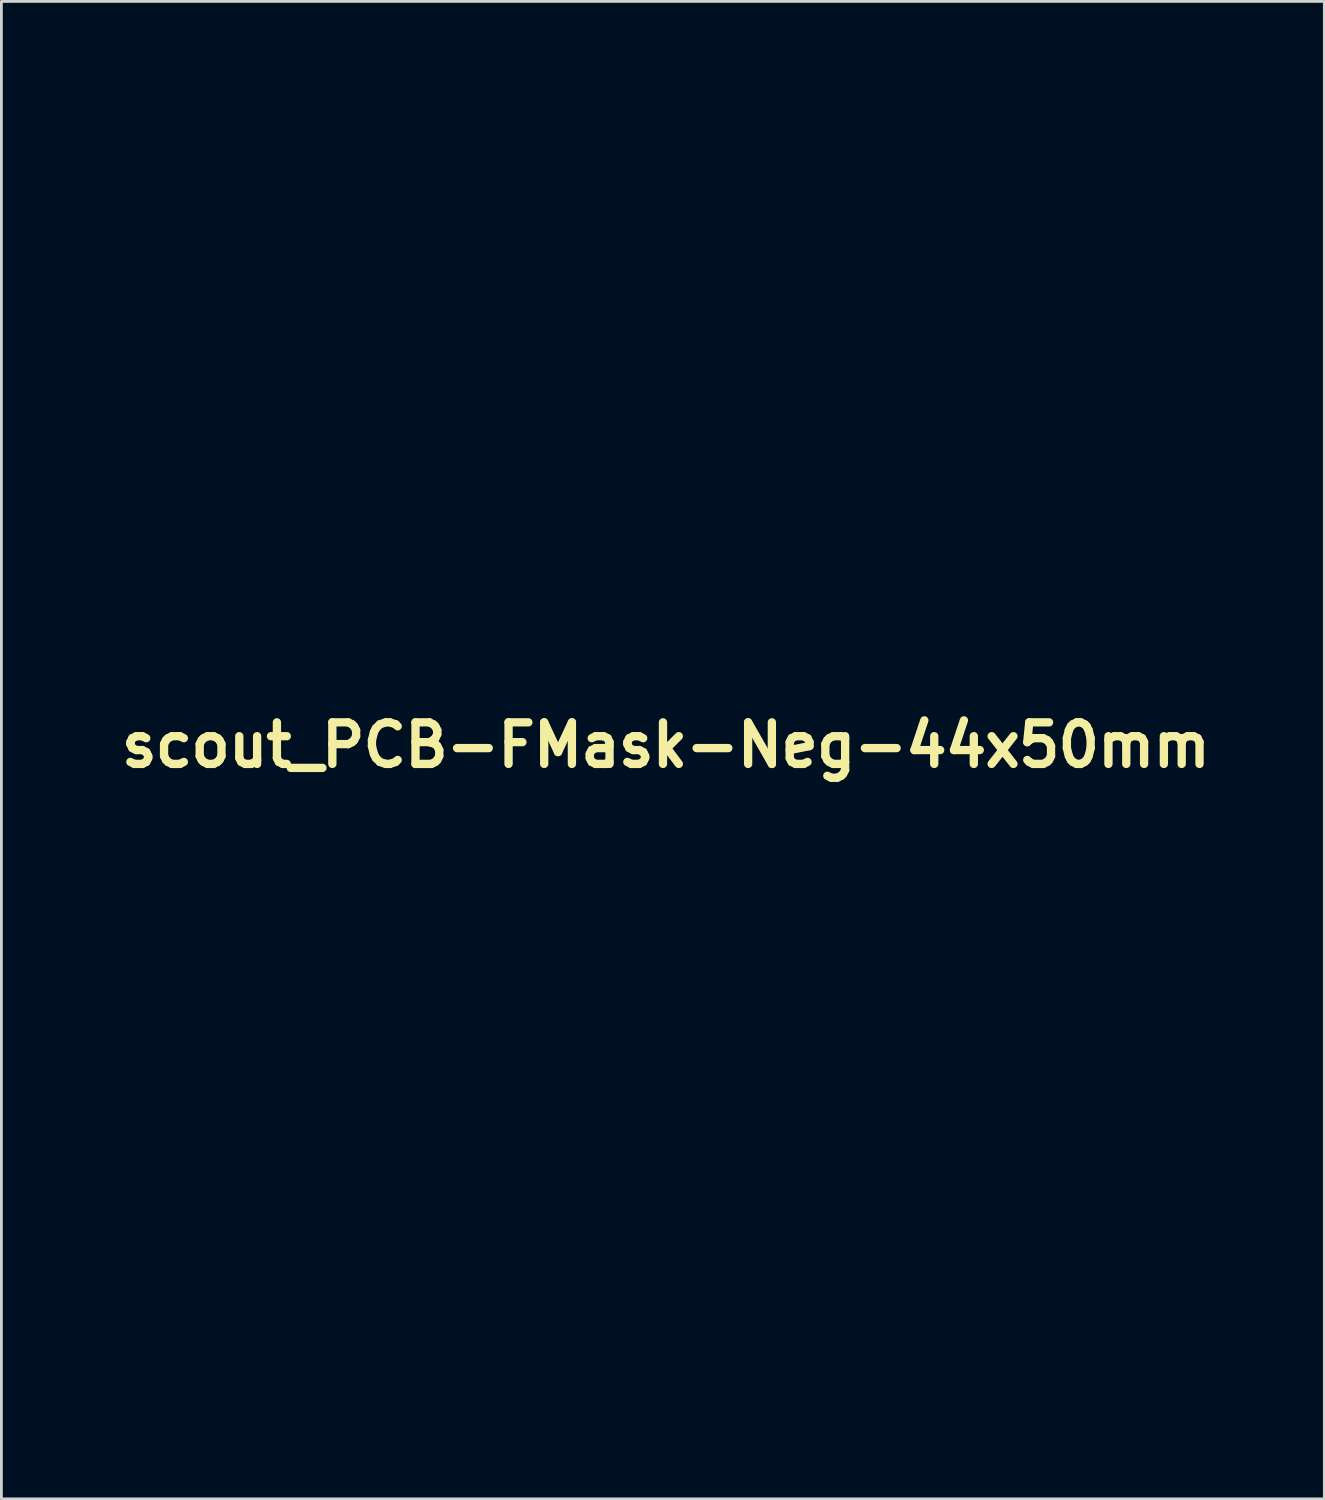
<source format=kicad_pcb>
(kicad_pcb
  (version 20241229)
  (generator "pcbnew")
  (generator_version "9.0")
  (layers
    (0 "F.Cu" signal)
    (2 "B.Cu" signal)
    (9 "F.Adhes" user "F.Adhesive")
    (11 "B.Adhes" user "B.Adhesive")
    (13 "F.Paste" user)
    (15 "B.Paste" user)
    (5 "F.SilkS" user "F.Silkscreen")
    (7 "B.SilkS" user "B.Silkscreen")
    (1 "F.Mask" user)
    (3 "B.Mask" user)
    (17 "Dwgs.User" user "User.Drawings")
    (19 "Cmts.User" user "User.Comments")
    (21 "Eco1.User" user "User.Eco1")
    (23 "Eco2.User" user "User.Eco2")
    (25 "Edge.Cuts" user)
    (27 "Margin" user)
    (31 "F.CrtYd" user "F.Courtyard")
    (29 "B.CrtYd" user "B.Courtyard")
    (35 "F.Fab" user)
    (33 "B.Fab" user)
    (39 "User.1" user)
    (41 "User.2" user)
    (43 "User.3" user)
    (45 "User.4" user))
  (footprint "scout_PCB-FMask-Neg-44x50mm"
    (layer "F.Cu")
    (at 20.976 23.832)
    (property "Reference" "scout_PCB-FMask-Neg-44x50mm" (at 0 0 0) (layer "F.SilkS") (effects (font (size 1.5 1.5) (thickness 0.3))))
    (attr board_only exclude_from_pos_files exclude_from_bom)
    (fp_poly (pts (xy -2.017 23.588) (xy -1.894 23.617) (xy -1.85 23.682) (xy -1.848 23.708) (xy -1.882 23.799) (xy -1.967 23.818) (xy -2.075 23.76) (xy -2.095 23.741) (xy -2.173 23.643) (xy -2.161 23.593) (xy -2.055 23.585)) (stroke (width 0) (type solid)) (fill yes) (layer "F.Mask"))
    (fp_poly (pts (xy 1.972 23.925) (xy 1.964 24.006) (xy 1.896 24.104) (xy 1.883 24.117) (xy 1.772 24.19) (xy 1.692 24.192) (xy 1.666 24.133) (xy 1.706 24.041) (xy 1.797 23.947) (xy 1.897 23.893) (xy 1.917 23.891)) (stroke (width 0) (type solid)) (fill yes) (layer "F.Mask"))
    (fp_poly (pts (xy -4.223 19.983) (xy -4.089 20.117) (xy -3.95 20.3) (xy -4.086 20.351) (xy -4.215 20.393) (xy -4.296 20.382) (xy -4.367 20.304) (xy -4.42 20.217) (xy -4.492 20.065) (xy -4.487 19.975) (xy -4.402 19.938) (xy -4.349 19.935)) (stroke (width 0) (type solid)) (fill yes) (layer "F.Mask"))
    (fp_poly (pts (xy -1.861 22.038) (xy -1.678 22.084) (xy -1.591 22.14) (xy -1.592 22.212) (xy -1.637 22.274) (xy -1.781 22.365) (xy -1.963 22.359) (xy -2.069 22.318) (xy -2.167 22.237) (xy -2.178 22.15) (xy -2.118 22.075) (xy -2.001 22.033)) (stroke (width 0) (type solid)) (fill yes) (layer "F.Mask"))
    (fp_poly (pts (xy 1.846 13.035) (xy 2.089 13.128) (xy 1.972 13.252) (xy 1.889 13.332) (xy 1.812 13.362) (xy 1.706 13.347) (xy 1.574 13.307) (xy 1.451 13.26) (xy 1.417 13.21) (xy 1.461 13.126) (xy 1.505 13.068) (xy 1.602 12.942)) (stroke (width 0) (type solid)) (fill yes) (layer "F.Mask"))
    (fp_poly (pts (xy 3.962 20.398) (xy 4.017 20.483) (xy 4.021 20.565) (xy 3.967 20.671) (xy 3.861 20.813) (xy 3.763 20.937) (xy 3.677 20.815) (xy 3.61 20.7) (xy 3.607 20.607) (xy 3.672 20.5) (xy 3.73 20.432) (xy 3.865 20.278)) (stroke (width 0) (type solid)) (fill yes) (layer "F.Mask"))
    (fp_poly (pts (xy -5.02 17.454) (xy -4.924 17.496) (xy -4.815 17.574) (xy -4.771 17.693) (xy -4.78 17.866) (xy -4.819 17.978) (xy -4.899 18.001) (xy -5.01 17.953) (xy -5.074 17.873) (xy -5.1 17.722) (xy -5.101 17.668) (xy -5.098 17.518) (xy -5.078 17.452)) (stroke (width 0) (type solid)) (fill yes) (layer "F.Mask"))
    (fp_poly (pts (xy -4.832 18.747) (xy -4.719 18.774) (xy -4.648 18.847) (xy -4.598 18.969) (xy -4.557 19.125) (xy -4.578 19.205) (xy -4.667 19.225) (xy -4.728 19.218) (xy -4.848 19.146) (xy -4.923 19.021) (xy -4.982 18.862) (xy -4.985 18.775) (xy -4.926 18.745)) (stroke (width 0) (type solid)) (fill yes) (layer "F.Mask"))
    (fp_poly (pts (xy -3.818 20.527) (xy -3.733 20.627) (xy -3.597 20.805) (xy -3.727 20.865) (xy -3.829 20.908) (xy -3.896 20.911) (xy -3.965 20.861) (xy -4.062 20.757) (xy -4.158 20.635) (xy -4.168 20.557) (xy -4.088 20.506) (xy -4.004 20.482) (xy -3.904 20.475)) (stroke (width 0) (type solid)) (fill yes) (layer "F.Mask"))
    (fp_poly (pts (xy 1.997 21.931) (xy 2.034 21.97) (xy 2.079 22.111) (xy 2.037 22.231) (xy 1.981 22.275) (xy 1.793 22.363) (xy 1.656 22.4) (xy 1.588 22.382) (xy 1.571 22.266) (xy 1.629 22.134) (xy 1.744 22.019) (xy 1.806 21.982) (xy 1.93 21.931)) (stroke (width 0) (type solid)) (fill yes) (layer "F.Mask"))
    (fp_poly (pts (xy 4.858 18.05) (xy 4.918 18.171) (xy 4.914 18.368) (xy 4.881 18.517) (xy 4.836 18.572) (xy 4.757 18.543) (xy 4.683 18.487) (xy 4.606 18.403) (xy 4.587 18.301) (xy 4.601 18.2) (xy 4.645 18.062) (xy 4.714 18.011) (xy 4.732 18.009)) (stroke (width 0) (type solid)) (fill yes) (layer "F.Mask"))
    (fp_poly (pts (xy -20.087 2.62) (xy -19.957 2.691) (xy -19.866 2.808) (xy -19.83 2.954) (xy -19.867 3.108) (xy -19.951 3.218) (xy -20.106 3.315) (xy -20.263 3.309) (xy -20.398 3.233) (xy -20.497 3.098) (xy -20.52 2.931) (xy -20.468 2.771) (xy -20.401 2.694) (xy -20.24 2.614)) (stroke (width 0) (type solid)) (fill yes) (layer "F.Mask"))
    (fp_poly (pts (xy -15.262 12.094) (xy -15.106 12.193) (xy -15.103 12.196) (xy -15.006 12.357) (xy -15.012 12.52) (xy -15.118 12.676) (xy -15.239 12.774) (xy -15.354 12.794) (xy -15.494 12.752) (xy -15.639 12.646) (xy -15.707 12.495) (xy -15.692 12.329) (xy -15.598 12.189) (xy -15.433 12.092)) (stroke (width 0) (type solid)) (fill yes) (layer "F.Mask"))
    (fp_poly (pts (xy -4.852 16.858) (xy -4.837 16.866) (xy -4.769 16.933) (xy -4.74 17.056) (xy -4.736 17.152) (xy -4.744 17.301) (xy -4.783 17.367) (xy -4.874 17.368) (xy -4.953 17.349) (xy -5.053 17.275) (xy -5.085 17.122) (xy -5.07 16.987) (xy -5.031 16.856) (xy -4.967 16.817)) (stroke (width 0) (type solid)) (fill yes) (layer "F.Mask"))
    (fp_poly (pts (xy -4.519 19.383) (xy -4.438 19.463) (xy -4.396 19.542) (xy -4.342 19.7) (xy -4.365 19.793) (xy -4.468 19.829) (xy -4.505 19.831) (xy -4.605 19.803) (xy -4.681 19.704) (xy -4.71 19.642) (xy -4.769 19.486) (xy -4.778 19.402) (xy -4.729 19.368) (xy -4.635 19.362)) (stroke (width 0) (type solid)) (fill yes) (layer "F.Mask"))
    (fp_poly (pts (xy -3.44 14.038) (xy -3.409 14.076) (xy -3.348 14.175) (xy -3.347 14.263) (xy -3.411 14.372) (xy -3.485 14.462) (xy -3.635 14.637) (xy -3.718 14.477) (xy -3.765 14.373) (xy -3.764 14.299) (xy -3.705 14.214) (xy -3.644 14.146) (xy -3.545 14.043) (xy -3.486 14.01)) (stroke (width 0) (type solid)) (fill yes) (layer "F.Mask"))
    (fp_poly (pts (xy -3.374 21.011) (xy -3.305 21.08) (xy -3.213 21.181) (xy -3.188 21.239) (xy -3.223 21.287) (xy -3.256 21.313) (xy -3.357 21.374) (xy -3.446 21.377) (xy -3.555 21.314) (xy -3.641 21.245) (xy -3.817 21.098) (xy -3.693 21.011) (xy -3.572 20.941) (xy -3.478 20.939)) (stroke (width 0) (type solid)) (fill yes) (layer "F.Mask"))
    (fp_poly (pts (xy -2.239 23.827) (xy -2.238 23.842) (xy -2.206 23.872) (xy -2.182 23.862) (xy -2.144 23.875) (xy -2.143 23.972) (xy -2.181 24.1) (xy -2.248 24.129) (xy -2.337 24.058) (xy -2.366 24.016) (xy -2.423 23.913) (xy -2.414 23.855) (xy -2.387 23.833) (xy -2.283 23.79)) (stroke (width 0) (type solid)) (fill yes) (layer "F.Mask"))
    (fp_poly (pts (xy -1.168 12.854) (xy -1.155 12.913) (xy -1.167 13.033) (xy -1.208 13.098) (xy -1.324 13.167) (xy -1.451 13.22) (xy -1.552 13.242) (xy -1.582 13.234) (xy -1.605 13.164) (xy -1.614 13.054) (xy -1.584 12.926) (xy -1.49 12.859) (xy -1.317 12.803) (xy -1.216 12.8)) (stroke (width 0) (type solid)) (fill yes) (layer "F.Mask"))
    (fp_poly (pts (xy 0.716 22.478) (xy 0.719 22.576) (xy 0.697 22.668) (xy 0.637 22.713) (xy 0.51 22.733) (xy 0.481 22.735) (xy 0.347 22.735) (xy 0.268 22.714) (xy 0.26 22.701) (xy 0.301 22.643) (xy 0.401 22.565) (xy 0.524 22.49) (xy 0.633 22.441) (xy 0.673 22.433)) (stroke (width 0) (type solid)) (fill yes) (layer "F.Mask"))
    (fp_poly (pts (xy 1.644 23.658) (xy 1.71 23.72) (xy 1.74 23.785) (xy 1.713 23.822) (xy 1.702 23.824) (xy 1.599 23.845) (xy 1.561 23.858) (xy 1.452 23.86) (xy 1.409 23.842) (xy 1.361 23.79) (xy 1.397 23.718) (xy 1.402 23.712) (xy 1.503 23.643) (xy 1.566 23.63)) (stroke (width 0) (type solid)) (fill yes) (layer "F.Mask"))
    (fp_poly (pts (xy 2.858 13.603) (xy 3.002 13.693) (xy 3.022 13.709) (xy 3.115 13.794) (xy 3.135 13.849) (xy 3.091 13.905) (xy 3.077 13.918) (xy 2.97 13.986) (xy 2.856 13.986) (xy 2.706 13.915) (xy 2.661 13.887) (xy 2.484 13.774) (xy 2.601 13.679) (xy 2.735 13.6)) (stroke (width 0) (type solid)) (fill yes) (layer "F.Mask"))
    (fp_poly (pts (xy 3.562 20.901) (xy 3.62 21.002) (xy 3.614 21.071) (xy 3.556 21.148) (xy 3.428 21.295) (xy 3.348 21.371) (xy 3.298 21.385) (xy 3.258 21.344) (xy 3.229 21.292) (xy 3.182 21.163) (xy 3.206 21.052) (xy 3.31 20.925) (xy 3.326 20.909) (xy 3.473 20.764)) (stroke (width 0) (type solid)) (fill yes) (layer "F.Mask"))
    (fp_poly (pts (xy 4.776 17.394) (xy 4.863 17.414) (xy 4.908 17.467) (xy 4.929 17.582) (xy 4.935 17.658) (xy 4.933 17.824) (xy 4.894 17.898) (xy 4.807 17.891) (xy 4.723 17.849) (xy 4.654 17.758) (xy 4.632 17.587) (xy 4.638 17.454) (xy 4.668 17.397) (xy 4.744 17.391)) (stroke (width 0) (type solid)) (fill yes) (layer "F.Mask"))
    (fp_poly (pts (xy 6.329 17.868) (xy 6.48 17.963) (xy 6.502 17.99) (xy 6.595 18.154) (xy 6.591 18.3) (xy 6.519 18.417) (xy 6.364 18.536) (xy 6.192 18.556) (xy 6.022 18.477) (xy 5.908 18.331) (xy 5.885 18.164) (xy 5.955 18.003) (xy 5.995 17.959) (xy 6.159 17.866)) (stroke (width 0) (type solid)) (fill yes) (layer "F.Mask"))
    (fp_poly (pts (xy 15.372 12.171) (xy 15.397 12.196) (xy 15.496 12.358) (xy 15.49 12.521) (xy 15.42 12.64) (xy 15.266 12.76) (xy 15.101 12.783) (xy 14.942 12.707) (xy 14.915 12.681) (xy 14.805 12.516) (xy 14.796 12.348) (xy 14.888 12.189) (xy 15.04 12.093) (xy 15.212 12.087)) (stroke (width 0) (type solid)) (fill yes) (layer "F.Mask"))
    (fp_poly (pts (xy 18.839 -9.929) (xy 18.944 -9.827) (xy 18.995 -9.691) (xy 18.974 -9.539) (xy 18.907 -9.431) (xy 18.749 -9.315) (xy 18.57 -9.296) (xy 18.494 -9.318) (xy 18.349 -9.423) (xy 18.281 -9.573) (xy 18.296 -9.739) (xy 18.39 -9.88) (xy 18.544 -9.972) (xy 18.7 -9.983)) (stroke (width 0) (type solid)) (fill yes) (layer "F.Mask"))
    (fp_poly (pts (xy 20.094 2.633) (xy 20.192 2.694) (xy 20.288 2.831) (xy 20.312 2.999) (xy 20.263 3.16) (xy 20.197 3.236) (xy 20.028 3.321) (xy 19.863 3.303) (xy 19.736 3.211) (xy 19.642 3.054) (xy 19.631 2.896) (xy 19.687 2.757) (xy 19.794 2.655) (xy 19.935 2.607)) (stroke (width 0) (type solid)) (fill yes) (layer "F.Mask"))
    (fp_poly (pts (xy 20.202 -5.843) (xy 20.291 -5.703) (xy 20.31 -5.565) (xy 20.265 -5.389) (xy 20.155 -5.267) (xy 20.009 -5.211) (xy 19.852 -5.232) (xy 19.729 -5.319) (xy 19.637 -5.483) (xy 19.641 -5.658) (xy 19.738 -5.816) (xy 19.743 -5.82) (xy 19.902 -5.913) (xy 20.064 -5.916)) (stroke (width 0) (type solid)) (fill yes) (layer "F.Mask"))
    (fp_poly (pts (xy 20.498 -3.725) (xy 20.539 -3.69) (xy 20.644 -3.536) (xy 20.648 -3.372) (xy 20.572 -3.237) (xy 20.416 -3.12) (xy 20.244 -3.103) (xy 20.144 -3.138) (xy 20.004 -3.257) (xy 19.95 -3.414) (xy 19.99 -3.582) (xy 20.021 -3.631) (xy 20.167 -3.757) (xy 20.333 -3.789)) (stroke (width 0) (type solid)) (fill yes) (layer "F.Mask"))
    (fp_poly (pts (xy -13.661 13.628) (xy -13.545 13.739) (xy -13.49 13.891) (xy -13.506 14.055) (xy -13.601 14.2) (xy -13.762 14.298) (xy -13.925 14.292) (xy -14.082 14.186) (xy -14.17 14.063) (xy -14.209 13.94) (xy -14.209 13.935) (xy -14.163 13.792) (xy -14.048 13.668) (xy -13.898 13.594) (xy -13.829 13.585)) (stroke (width 0) (type solid)) (fill yes) (layer "F.Mask"))
    (fp_poly (pts (xy -10.232 16.155) (xy -10.109 16.216) (xy -10.014 16.339) (xy -9.993 16.5) (xy -10.045 16.663) (xy -10.114 16.751) (xy -10.251 16.845) (xy -10.382 16.847) (xy -10.53 16.755) (xy -10.544 16.744) (xy -10.654 16.598) (xy -10.679 16.447) (xy -10.634 16.308) (xy -10.534 16.2) (xy -10.395 16.143)) (stroke (width 0) (type solid)) (fill yes) (layer "F.Mask"))
    (fp_poly (pts (xy -4.701 16.248) (xy -4.661 16.288) (xy -4.604 16.372) (xy -4.601 16.467) (xy -4.631 16.574) (xy -4.687 16.71) (xy -4.747 16.752) (xy -4.836 16.709) (xy -4.887 16.669) (xy -4.956 16.598) (xy -4.97 16.519) (xy -4.938 16.389) (xy -4.936 16.382) (xy -4.872 16.238) (xy -4.797 16.194)) (stroke (width 0) (type solid)) (fill yes) (layer "F.Mask"))
    (fp_poly (pts (xy -4.208 15.051) (xy -4.166 15.116) (xy -4.127 15.218) (xy -4.139 15.321) (xy -4.185 15.43) (xy -4.256 15.561) (xy -4.315 15.602) (xy -4.391 15.561) (xy -4.449 15.505) (xy -4.512 15.435) (xy -4.525 15.374) (xy -4.487 15.283) (xy -4.449 15.212) (xy -4.354 15.064) (xy -4.277 15.011)) (stroke (width 0) (type solid)) (fill yes) (layer "F.Mask"))
    (fp_poly (pts (xy -2.909 13.634) (xy -2.894 13.667) (xy -2.864 13.81) (xy -2.904 13.928) (xy -3.028 14.04) (xy -3.131 14.105) (xy -3.199 14.122) (xy -3.248 14.061) (xy -3.271 14.002) (xy -3.297 13.894) (xy -3.269 13.814) (xy -3.171 13.72) (xy -3.168 13.717) (xy -3.038 13.618) (xy -2.958 13.591)) (stroke (width 0) (type solid)) (fill yes) (layer "F.Mask"))
    (fp_poly (pts (xy -2.374 13.259) (xy -2.341 13.353) (xy -2.356 13.482) (xy -2.409 13.595) (xy -2.433 13.619) (xy -2.578 13.725) (xy -2.668 13.761) (xy -2.724 13.733) (xy -2.758 13.665) (xy -2.786 13.542) (xy -2.781 13.464) (xy -2.722 13.399) (xy -2.614 13.33) (xy -2.494 13.274) (xy -2.4 13.251)) (stroke (width 0) (type solid)) (fill yes) (layer "F.Mask"))
    (fp_poly (pts (xy -1.773 13.029) (xy -1.77 13.107) (xy -1.794 13.246) (xy -1.88 13.345) (xy -2.039 13.422) (xy -2.141 13.449) (xy -2.189 13.41) (xy -2.206 13.36) (xy -2.231 13.254) (xy -2.237 13.209) (xy -2.195 13.152) (xy -2.091 13.08) (xy -1.958 13.014) (xy -1.887 12.988) (xy -1.804 12.977)) (stroke (width 0) (type solid)) (fill yes) (layer "F.Mask"))
    (fp_poly (pts (xy -0.937 22.855) (xy -0.829 22.864) (xy -0.657 22.884) (xy -0.53 22.906) (xy -0.482 22.923) (xy -0.49 22.978) (xy -0.544 23.055) (xy -0.676 23.131) (xy -0.848 23.142) (xy -1.018 23.086) (xy -1.048 23.068) (xy -1.126 22.98) (xy -1.145 22.917) (xy -1.129 22.873) (xy -1.067 22.853)) (stroke (width 0) (type solid)) (fill yes) (layer "F.Mask"))
    (fp_poly (pts (xy -0.534 12.694) (xy -0.521 12.776) (xy -0.52 12.809) (xy -0.565 12.948) (xy -0.697 13.034) (xy -0.912 13.064) (xy -0.92 13.064) (xy -1.012 13.052) (xy -1.032 12.995) (xy -1.017 12.921) (xy -0.978 12.8) (xy -0.918 12.734) (xy -0.804 12.699) (xy -0.716 12.684) (xy -0.589 12.67)) (stroke (width 0) (type solid)) (fill yes) (layer "F.Mask"))
    (fp_poly (pts (xy -0.289 23.378) (xy -0.181 23.444) (xy -0.172 23.505) (xy -0.262 23.577) (xy -0.31 23.603) (xy -0.457 23.661) (xy -0.585 23.681) (xy -0.665 23.661) (xy -0.677 23.633) (xy -0.639 23.563) (xy -0.625 23.552) (xy -0.581 23.479) (xy -0.573 23.419) (xy -0.539 23.336) (xy -0.435 23.327)) (stroke (width 0) (type solid)) (fill yes) (layer "F.Mask"))
    (fp_poly (pts (xy 1.215 12.826) (xy 1.357 12.855) (xy 1.444 12.887) (xy 1.457 12.902) (xy 1.42 12.977) (xy 1.335 13.069) (xy 1.24 13.141) (xy 1.182 13.161) (xy 1.086 13.147) (xy 0.976 13.131) (xy 0.861 13.087) (xy 0.841 13.002) (xy 0.902 12.885) (xy 0.965 12.828) (xy 1.058 12.81)) (stroke (width 0) (type solid)) (fill yes) (layer "F.Mask"))
    (fp_poly (pts (xy 1.487 22.614) (xy 1.513 22.646) (xy 1.555 22.777) (xy 1.551 22.928) (xy 1.504 23.042) (xy 1.499 23.047) (xy 1.44 23.096) (xy 1.379 23.097) (xy 1.27 23.05) (xy 1.262 23.046) (xy 1.16 22.952) (xy 1.14 22.831) (xy 1.199 22.712) (xy 1.306 22.639) (xy 1.423 22.6)) (stroke (width 0) (type solid)) (fill yes) (layer "F.Mask"))
    (fp_poly (pts (xy 2.602 21.661) (xy 2.622 21.718) (xy 2.647 21.831) (xy 2.631 21.901) (xy 2.554 21.965) (xy 2.479 22.013) (xy 2.329 22.095) (xy 2.24 22.111) (xy 2.192 22.059) (xy 2.173 21.988) (xy 2.176 21.881) (xy 2.246 21.785) (xy 2.315 21.728) (xy 2.459 21.631) (xy 2.549 21.609)) (stroke (width 0) (type solid)) (fill yes) (layer "F.Mask"))
    (fp_poly (pts (xy 3.378 14.041) (xy 3.459 14.111) (xy 3.568 14.213) (xy 3.634 14.287) (xy 3.643 14.306) (xy 3.601 14.35) (xy 3.509 14.402) (xy 3.419 14.432) (xy 3.341 14.415) (xy 3.239 14.338) (xy 3.191 14.295) (xy 3.006 14.126) (xy 3.141 14.037) (xy 3.227 13.988) (xy 3.294 13.986)) (stroke (width 0) (type solid)) (fill yes) (layer "F.Mask"))
    (fp_poly (pts (xy 4.218 19.794) (xy 4.28 19.861) (xy 4.343 19.95) (xy 4.357 20.023) (xy 4.325 20.126) (xy 4.293 20.198) (xy 4.217 20.343) (xy 4.154 20.394) (xy 4.088 20.354) (xy 4.034 20.28) (xy 3.982 20.159) (xy 4.002 20.029) (xy 4.009 20.009) (xy 4.083 19.844) (xy 4.148 19.775)) (stroke (width 0) (type solid)) (fill yes) (layer "F.Mask"))
    (fp_poly (pts (xy 4.461 15.582) (xy 4.528 15.679) (xy 4.611 15.836) (xy 4.621 15.93) (xy 4.557 15.973) (xy 4.479 15.979) (xy 4.355 15.959) (xy 4.284 15.914) (xy 4.214 15.794) (xy 4.154 15.678) (xy 4.124 15.601) (xy 4.124 15.588) (xy 4.179 15.57) (xy 4.281 15.543) (xy 4.385 15.533)) (stroke (width 0) (type solid)) (fill yes) (layer "F.Mask"))
    (fp_poly (pts (xy 4.566 19.267) (xy 4.58 19.284) (xy 4.613 19.387) (xy 4.601 19.525) (xy 4.553 19.661) (xy 4.482 19.756) (xy 4.426 19.779) (xy 4.367 19.744) (xy 4.294 19.675) (xy 4.237 19.601) (xy 4.229 19.535) (xy 4.273 19.435) (xy 4.298 19.388) (xy 4.391 19.251) (xy 4.477 19.212)) (stroke (width 0) (type solid)) (fill yes) (layer "F.Mask"))
    (fp_poly (pts (xy 8.398 17.13) (xy 8.544 17.244) (xy 8.604 17.401) (xy 8.57 17.577) (xy 8.564 17.589) (xy 8.439 17.742) (xy 8.282 17.802) (xy 8.112 17.765) (xy 7.986 17.672) (xy 7.894 17.517) (xy 7.898 17.35) (xy 7.998 17.19) (xy 8.027 17.163) (xy 8.148 17.086) (xy 8.274 17.084)) (stroke (width 0) (type solid)) (fill yes) (layer "F.Mask"))
    (fp_poly (pts (xy 12.124 14.982) (xy 12.239 15.095) (xy 12.297 15.246) (xy 12.29 15.408) (xy 12.206 15.55) (xy 12.182 15.571) (xy 12.031 15.655) (xy 11.883 15.643) (xy 11.744 15.559) (xy 11.636 15.42) (xy 11.612 15.261) (xy 11.66 15.109) (xy 11.771 14.993) (xy 11.936 14.939) (xy 11.963 14.938)) (stroke (width 0) (type solid)) (fill yes) (layer "F.Mask"))
    (fp_poly (pts (xy 13.783 13.629) (xy 13.916 13.739) (xy 13.993 13.883) (xy 14.001 13.942) (xy 13.957 14.076) (xy 13.849 14.205) (xy 13.712 14.294) (xy 13.622 14.314) (xy 13.499 14.277) (xy 13.386 14.193) (xy 13.294 14.034) (xy 13.286 13.867) (xy 13.351 13.719) (xy 13.478 13.616) (xy 13.628 13.585)) (stroke (width 0) (type solid)) (fill yes) (layer "F.Mask"))
    (fp_poly (pts (xy 17.839 8.637) (xy 17.955 8.743) (xy 18.012 8.894) (xy 17.991 9.071) (xy 17.984 9.089) (xy 17.871 9.247) (xy 17.715 9.315) (xy 17.533 9.289) (xy 17.472 9.259) (xy 17.361 9.142) (xy 17.322 8.985) (xy 17.353 8.821) (xy 17.451 8.683) (xy 17.513 8.641) (xy 17.685 8.597)) (stroke (width 0) (type solid)) (fill yes) (layer "F.Mask"))
    (fp_poly (pts (xy 17.872 -11.864) (xy 17.872 -11.863) (xy 17.985 -11.719) (xy 18.003 -11.555) (xy 17.925 -11.394) (xy 17.889 -11.356) (xy 17.723 -11.259) (xy 17.552 -11.261) (xy 17.396 -11.36) (xy 17.393 -11.363) (xy 17.296 -11.524) (xy 17.302 -11.687) (xy 17.408 -11.844) (xy 17.558 -11.95) (xy 17.706 -11.956)) (stroke (width 0) (type solid)) (fill yes) (layer "F.Mask"))
    (fp_poly (pts (xy 18.822 6.735) (xy 18.941 6.84) (xy 18.997 6.998) (xy 18.998 7.028) (xy 18.956 7.199) (xy 18.847 7.319) (xy 18.699 7.379) (xy 18.54 7.368) (xy 18.397 7.277) (xy 18.377 7.254) (xy 18.284 7.09) (xy 18.288 6.944) (xy 18.36 6.826) (xy 18.505 6.72) (xy 18.668 6.692)) (stroke (width 0) (type solid)) (fill yes) (layer "F.Mask"))
    (fp_poly (pts (xy 20.393 0.494) (xy 20.526 0.576) (xy 20.639 0.72) (xy 20.657 0.885) (xy 20.58 1.045) (xy 20.543 1.084) (xy 20.383 1.181) (xy 20.22 1.175) (xy 20.058 1.065) (xy 20.058 1.064) (xy 19.963 0.909) (xy 19.967 0.744) (xy 20.069 0.587) (xy 20.099 0.56) (xy 20.245 0.479)) (stroke (width 0) (type solid)) (fill yes) (layer "F.Mask"))
    (fp_poly (pts (xy 20.642 -1.557) (xy 20.654 -1.545) (xy 20.752 -1.381) (xy 20.752 -1.215) (xy 20.656 -1.066) (xy 20.63 -1.045) (xy 20.467 -0.952) (xy 20.321 -0.956) (xy 20.203 -1.028) (xy 20.083 -1.182) (xy 20.06 -1.347) (xy 20.136 -1.505) (xy 20.162 -1.533) (xy 20.325 -1.643) (xy 20.489 -1.651)) (stroke (width 0) (type solid)) (fill yes) (layer "F.Mask"))
    (fp_poly (pts (xy -20.5 -1.63) (xy -20.382 -1.545) (xy -20.37 -1.533) (xy -20.275 -1.377) (xy -20.279 -1.212) (xy -20.381 -1.055) (xy -20.411 -1.028) (xy -20.557 -0.947) (xy -20.705 -0.963) (xy -20.839 -1.045) (xy -20.954 -1.19) (xy -20.976 -1.301) (xy -20.93 -1.447) (xy -20.817 -1.577) (xy -20.671 -1.656) (xy -20.602 -1.666)) (stroke (width 0) (type solid)) (fill yes) (layer "F.Mask"))
    (fp_poly (pts (xy -20.422 0.49) (xy -20.271 0.596) (xy -20.265 0.602) (xy -20.173 0.72) (xy -20.155 0.839) (xy -20.163 0.896) (xy -20.239 1.067) (xy -20.368 1.17) (xy -20.523 1.197) (xy -20.678 1.141) (xy -20.764 1.06) (xy -20.858 0.883) (xy -20.85 0.722) (xy -20.74 0.581) (xy -20.735 0.576) (xy -20.57 0.484)) (stroke (width 0) (type solid)) (fill yes) (layer "F.Mask"))
    (fp_poly (pts (xy -19.979 -5.807) (xy -19.937 -5.768) (xy -19.844 -5.604) (xy -19.846 -5.434) (xy -19.941 -5.284) (xy -19.968 -5.261) (xy -20.124 -5.17) (xy -20.263 -5.172) (xy -20.411 -5.27) (xy -20.422 -5.281) (xy -20.534 -5.426) (xy -20.546 -5.571) (xy -20.46 -5.734) (xy -20.452 -5.744) (xy -20.307 -5.856) (xy -20.14 -5.878)) (stroke (width 0) (type solid)) (fill yes) (layer "F.Mask"))
    (fp_poly (pts (xy -19.447 4.729) (xy -19.329 4.843) (xy -19.264 5.019) (xy -19.258 5.099) (xy -19.298 5.195) (xy -19.394 5.303) (xy -19.509 5.386) (xy -19.591 5.412) (xy -19.677 5.39) (xy -19.778 5.346) (xy -19.918 5.227) (xy -19.971 5.07) (xy -19.932 4.902) (xy -19.9 4.853) (xy -19.756 4.726) (xy -19.597 4.688)) (stroke (width 0) (type solid)) (fill yes) (layer "F.Mask"))
    (fp_poly (pts (xy -19.405 -7.869) (xy -19.366 -7.826) (xy -19.274 -7.661) (xy -19.28 -7.512) (xy -19.386 -7.363) (xy -19.386 -7.363) (xy -19.536 -7.257) (xy -19.684 -7.25) (xy -19.85 -7.343) (xy -19.85 -7.343) (xy -19.962 -7.487) (xy -19.981 -7.656) (xy -19.904 -7.822) (xy -19.881 -7.85) (xy -19.728 -7.948) (xy -19.559 -7.954)) (stroke (width 0) (type solid)) (fill yes) (layer "F.Mask"))
    (fp_poly (pts (xy -16.578 -13.647) (xy -16.45 -13.541) (xy -16.373 -13.403) (xy -16.368 -13.283) (xy -16.415 -13.155) (xy -16.464 -13.081) (xy -16.6 -13.005) (xy -16.768 -12.987) (xy -16.89 -13.021) (xy -17.015 -13.12) (xy -17.066 -13.249) (xy -17.071 -13.338) (xy -17.027 -13.501) (xy -16.912 -13.628) (xy -16.757 -13.688) (xy -16.731 -13.689)) (stroke (width 0) (type solid)) (fill yes) (layer "F.Mask"))
    (fp_poly (pts (xy -16.504 10.472) (xy -16.39 10.585) (xy -16.343 10.745) (xy -16.343 10.751) (xy -16.379 10.872) (xy -16.464 11) (xy -16.571 11.099) (xy -16.666 11.135) (xy -16.767 11.114) (xy -16.848 11.086) (xy -16.992 10.98) (xy -17.06 10.827) (xy -17.047 10.657) (xy -16.966 10.524) (xy -16.821 10.431) (xy -16.658 10.418)) (stroke (width 0) (type solid)) (fill yes) (layer "F.Mask"))
    (fp_poly (pts (xy -8.367 17.101) (xy -8.192 17.195) (xy -8.09 17.335) (xy -8.069 17.497) (xy -8.136 17.656) (xy -8.172 17.697) (xy -8.314 17.78) (xy -8.477 17.794) (xy -8.62 17.739) (xy -8.652 17.71) (xy -8.757 17.548) (xy -8.764 17.402) (xy -8.672 17.254) (xy -8.644 17.224) (xy -8.52 17.12) (xy -8.419 17.091)) (stroke (width 0) (type solid)) (fill yes) (layer "F.Mask"))
    (fp_poly (pts (xy -4.844 18.148) (xy -4.752 18.26) (xy -4.701 18.447) (xy -4.688 18.57) (xy -4.713 18.623) (xy -4.794 18.634) (xy -4.801 18.634) (xy -4.926 18.606) (xy -4.993 18.56) (xy -5.042 18.461) (xy -5.081 18.316) (xy -5.084 18.3) (xy -5.098 18.176) (xy -5.072 18.124) (xy -4.991 18.113) (xy -4.984 18.113)) (stroke (width 0) (type solid)) (fill yes) (layer "F.Mask"))
    (fp_poly (pts (xy -4.497 15.632) (xy -4.419 15.733) (xy -4.401 15.815) (xy -4.437 15.929) (xy -4.451 15.962) (xy -4.5 16.086) (xy -4.527 16.161) (xy -4.528 16.168) (xy -4.56 16.189) (xy -4.635 16.153) (xy -4.702 16.092) (xy -4.766 16.008) (xy -4.782 15.926) (xy -4.753 15.808) (xy -4.705 15.687) (xy -4.621 15.487)) (stroke (width 0) (type solid)) (fill yes) (layer "F.Mask"))
    (fp_poly (pts (xy -3.843 14.531) (xy -3.775 14.634) (xy -3.749 14.701) (xy -3.774 14.769) (xy -3.837 14.878) (xy -3.914 14.992) (xy -3.981 15.074) (xy -4.009 15.094) (xy -4.052 15.055) (xy -4.118 14.959) (xy -4.12 14.955) (xy -4.168 14.864) (xy -4.17 14.789) (xy -4.121 14.69) (xy -4.071 14.612) (xy -3.936 14.409)) (stroke (width 0) (type solid)) (fill yes) (layer "F.Mask"))
    (fp_poly (pts (xy -2.394 21.768) (xy -2.349 21.791) (xy -2.226 21.854) (xy -2.148 21.894) (xy -2.139 21.899) (xy -2.153 21.942) (xy -2.212 22.016) (xy -2.326 22.101) (xy -2.454 22.102) (xy -2.616 22.021) (xy -2.74 21.938) (xy -2.782 21.884) (xy -2.749 21.835) (xy -2.676 21.785) (xy -2.581 21.73) (xy -2.503 21.725)) (stroke (width 0) (type solid)) (fill yes) (layer "F.Mask"))
    (fp_poly (pts (xy -1.68 23.203) (xy -1.596 23.296) (xy -1.596 23.296) (xy -1.536 23.403) (xy -1.546 23.479) (xy -1.564 23.503) (xy -1.633 23.566) (xy -1.703 23.559) (xy -1.79 23.5) (xy -1.892 23.433) (xy -1.946 23.406) (xy -1.958 23.362) (xy -1.914 23.286) (xy -1.842 23.21) (xy -1.766 23.166) (xy -1.749 23.164)) (stroke (width 0) (type solid)) (fill yes) (layer "F.Mask"))
    (fp_poly (pts (xy -0.938 22.005) (xy -0.954 22.107) (xy -1.003 22.243) (xy -1.074 22.386) (xy -1.158 22.507) (xy -1.171 22.522) (xy -1.339 22.705) (xy -1.424 22.584) (xy -1.487 22.476) (xy -1.509 22.405) (xy -1.469 22.325) (xy -1.367 22.218) (xy -1.233 22.107) (xy -1.096 22.015) (xy -0.985 21.967) (xy -0.964 21.965)) (stroke (width 0) (type solid)) (fill yes) (layer "F.Mask"))
    (fp_poly (pts (xy -0.745 23.355) (xy -0.734 23.443) (xy -0.782 23.549) (xy -0.824 23.596) (xy -0.892 23.655) (xy -0.945 23.672) (xy -1.022 23.646) (xy -1.132 23.592) (xy -1.243 23.528) (xy -1.299 23.479) (xy -1.301 23.473) (xy -1.256 23.438) (xy -1.146 23.394) (xy -1.007 23.352) (xy -0.875 23.324) (xy -0.814 23.318)) (stroke (width 0) (type solid)) (fill yes) (layer "F.Mask"))
    (fp_poly (pts (xy -0.733 22.411) (xy -0.56 22.441) (xy -0.472 22.471) (xy -0.449 22.514) (xy -0.473 22.586) (xy -0.485 22.612) (xy -0.537 22.696) (xy -0.609 22.732) (xy -0.729 22.725) (xy -0.874 22.694) (xy -1.023 22.65) (xy -1.079 22.602) (xy -1.054 22.532) (xy -1.015 22.485) (xy -0.919 22.413) (xy -0.791 22.403)) (stroke (width 0) (type solid)) (fill yes) (layer "F.Mask"))
    (fp_poly (pts (xy 0.083 12.662) (xy 0.151 12.711) (xy 0.131 12.806) (xy 0.075 12.897) (xy -0.02 12.981) (xy -0.168 13.011) (xy -0.211 13.012) (xy -0.34 13.001) (xy -0.412 12.974) (xy -0.416 12.964) (xy -0.399 12.882) (xy -0.366 12.781) (xy -0.32 12.697) (xy -0.243 12.658) (xy -0.102 12.648) (xy -0.079 12.648)) (stroke (width 0) (type solid)) (fill yes) (layer "F.Mask"))
    (fp_poly (pts (xy 0.715 12.711) (xy 0.793 12.749) (xy 0.781 12.822) (xy 0.713 12.912) (xy 0.604 13.002) (xy 0.471 13.027) (xy 0.403 13.023) (xy 0.278 13.008) (xy 0.211 12.99) (xy 0.208 12.987) (xy 0.225 12.929) (xy 0.259 12.834) (xy 0.306 12.749) (xy 0.383 12.71) (xy 0.526 12.7) (xy 0.542 12.7)) (stroke (width 0) (type solid)) (fill yes) (layer "F.Mask"))
    (fp_poly (pts (xy 0.767 23.355) (xy 0.877 23.442) (xy 0.935 23.545) (xy 0.937 23.563) (xy 0.891 23.623) (xy 0.776 23.662) (xy 0.624 23.677) (xy 0.47 23.665) (xy 0.348 23.624) (xy 0.292 23.582) (xy 0.302 23.534) (xy 0.383 23.451) (xy 0.39 23.444) (xy 0.516 23.358) (xy 0.638 23.318) (xy 0.645 23.318)) (stroke (width 0) (type solid)) (fill yes) (layer "F.Mask"))
    (fp_poly (pts (xy 2.365 13.284) (xy 2.45 13.327) (xy 2.578 13.396) (xy 2.626 13.443) (xy 2.609 13.494) (xy 2.573 13.536) (xy 2.469 13.616) (xy 2.346 13.626) (xy 2.178 13.566) (xy 2.147 13.551) (xy 2.022 13.481) (xy 1.991 13.424) (xy 2.048 13.356) (xy 2.109 13.31) (xy 2.192 13.256) (xy 2.264 13.247)) (stroke (width 0) (type solid)) (fill yes) (layer "F.Mask"))
    (fp_poly (pts (xy 3.772 14.505) (xy 3.926 14.613) (xy 4.012 14.738) (xy 4.024 14.806) (xy 3.958 14.857) (xy 3.903 14.879) (xy 3.797 14.904) (xy 3.716 14.881) (xy 3.618 14.794) (xy 3.592 14.766) (xy 3.497 14.657) (xy 3.441 14.58) (xy 3.435 14.565) (xy 3.48 14.531) (xy 3.589 14.496) (xy 3.595 14.495)) (stroke (width 0) (type solid)) (fill yes) (layer "F.Mask"))
    (fp_poly (pts (xy 4.091 14.98) (xy 4.188 15.05) (xy 4.245 15.119) (xy 4.346 15.275) (xy 4.365 15.372) (xy 4.303 15.406) (xy 4.298 15.407) (xy 4.182 15.425) (xy 4.148 15.436) (xy 4.067 15.414) (xy 3.97 15.299) (xy 3.962 15.286) (xy 3.878 15.135) (xy 3.861 15.045) (xy 3.912 14.997) (xy 3.984 14.977)) (stroke (width 0) (type solid)) (fill yes) (layer "F.Mask"))
    (fp_poly (pts (xy 4.647 16.153) (xy 4.721 16.225) (xy 4.765 16.316) (xy 4.815 16.448) (xy 4.84 16.541) (xy 4.841 16.55) (xy 4.799 16.595) (xy 4.702 16.605) (xy 4.59 16.584) (xy 4.503 16.536) (xy 4.485 16.513) (xy 4.437 16.392) (xy 4.404 16.278) (xy 4.39 16.179) (xy 4.433 16.141) (xy 4.53 16.135)) (stroke (width 0) (type solid)) (fill yes) (layer "F.Mask"))
    (fp_poly (pts (xy 4.684 16.751) (xy 4.794 16.775) (xy 4.856 16.828) (xy 4.889 16.937) (xy 4.907 17.059) (xy 4.916 17.208) (xy 4.882 17.27) (xy 4.787 17.26) (xy 4.697 17.227) (xy 4.632 17.19) (xy 4.593 17.129) (xy 4.571 17.017) (xy 4.559 16.828) (xy 4.559 16.825) (xy 4.583 16.758) (xy 4.678 16.751)) (stroke (width 0) (type solid)) (fill yes) (layer "F.Mask"))
    (fp_poly (pts (xy 10.303 16.128) (xy 10.419 16.241) (xy 10.497 16.385) (xy 10.514 16.481) (xy 10.47 16.637) (xy 10.357 16.748) (xy 10.205 16.802) (xy 10.041 16.791) (xy 9.897 16.704) (xy 9.891 16.698) (xy 9.813 16.574) (xy 9.785 16.461) (xy 9.829 16.33) (xy 9.938 16.201) (xy 10.076 16.109) (xy 10.179 16.083)) (stroke (width 0) (type solid)) (fill yes) (layer "F.Mask"))
    (fp_poly (pts (xy 15.297 -15.365) (xy 15.416 -15.257) (xy 15.468 -15.11) (xy 15.443 -14.949) (xy 15.334 -14.799) (xy 15.332 -14.798) (xy 15.193 -14.703) (xy 15.076 -14.692) (xy 14.949 -14.768) (xy 14.878 -14.834) (xy 14.776 -14.957) (xy 14.749 -15.059) (xy 14.758 -15.107) (xy 14.857 -15.292) (xy 15.009 -15.391) (xy 15.12 -15.407)) (stroke (width 0) (type solid)) (fill yes) (layer "F.Mask"))
    (fp_poly (pts (xy 19.456 -7.99) (xy 19.641 -7.906) (xy 19.75 -7.775) (xy 19.777 -7.62) (xy 19.713 -7.462) (xy 19.658 -7.4) (xy 19.494 -7.302) (xy 19.328 -7.302) (xy 19.179 -7.399) (xy 19.158 -7.424) (xy 19.066 -7.589) (xy 19.072 -7.737) (xy 19.178 -7.888) (xy 19.183 -7.893) (xy 19.3 -7.984) (xy 19.413 -7.999)) (stroke (width 0) (type solid)) (fill yes) (layer "F.Mask"))
    (fp_poly (pts (xy -20.422 -3.743) (xy -20.269 -3.632) (xy -20.246 -3.604) (xy -20.162 -3.468) (xy -20.159 -3.353) (xy -20.241 -3.228) (xy -20.295 -3.171) (xy -20.406 -3.068) (xy -20.486 -3.03) (xy -20.578 -3.045) (xy -20.647 -3.071) (xy -20.791 -3.177) (xy -20.86 -3.33) (xy -20.849 -3.499) (xy -20.752 -3.655) (xy -20.742 -3.665) (xy -20.584 -3.754)) (stroke (width 0) (type solid)) (fill yes) (layer "F.Mask"))
    (fp_poly (pts (xy -18.72 6.704) (xy -18.595 6.804) (xy -18.503 6.928) (xy -18.477 7.017) (xy -18.508 7.126) (xy -18.583 7.251) (xy -18.585 7.254) (xy -18.73 7.366) (xy -18.898 7.385) (xy -19.065 7.308) (xy -19.092 7.285) (xy -19.176 7.164) (xy -19.206 7.048) (xy -19.164 6.91) (xy -19.062 6.777) (xy -18.931 6.684) (xy -18.842 6.662)) (stroke (width 0) (type solid)) (fill yes) (layer "F.Mask"))
    (fp_poly (pts (xy -11.992 14.981) (xy -11.878 15.091) (xy -11.824 15.241) (xy -11.839 15.4) (xy -11.932 15.542) (xy -11.952 15.559) (xy -12.077 15.642) (xy -12.185 15.656) (xy -12.323 15.613) (xy -12.43 15.526) (xy -12.513 15.383) (xy -12.544 15.245) (xy -12.502 15.154) (xy -12.399 15.053) (xy -12.272 14.972) (xy -12.156 14.938) (xy -12.156 14.938)) (stroke (width 0) (type solid)) (fill yes) (layer "F.Mask"))
    (fp_poly (pts (xy -6.274 17.895) (xy -6.152 17.998) (xy -6.062 18.126) (xy -6.038 18.217) (xy -6.081 18.346) (xy -6.189 18.472) (xy -6.324 18.56) (xy -6.417 18.582) (xy -6.54 18.545) (xy -6.653 18.461) (xy -6.751 18.297) (xy -6.751 18.131) (xy -6.655 17.982) (xy -6.629 17.961) (xy -6.505 17.885) (xy -6.395 17.853) (xy -6.393 17.853)) (stroke (width 0) (type solid)) (fill yes) (layer "F.Mask"))
    (fp_poly (pts (xy -0.387 21.99) (xy -0.226 22.042) (xy -0.126 22.106) (xy -0.069 22.177) (xy -0.094 22.23) (xy -0.134 22.261) (xy -0.245 22.313) (xy -0.309 22.32) (xy -0.413 22.309) (xy -0.563 22.294) (xy -0.589 22.291) (xy -0.719 22.268) (xy -0.77 22.225) (xy -0.771 22.162) (xy -0.72 22.048) (xy -0.672 22.002) (xy -0.551 21.974)) (stroke (width 0) (type solid)) (fill yes) (layer "F.Mask"))
    (fp_poly (pts (xy 1.435 22.187) (xy 1.421 22.291) (xy 1.343 22.443) (xy 1.189 22.575) (xy 0.986 22.666) (xy 0.964 22.672) (xy 0.863 22.689) (xy 0.838 22.662) (xy 0.85 22.619) (xy 0.881 22.487) (xy 0.885 22.435) (xy 0.935 22.35) (xy 1.086 22.257) (xy 1.15 22.228) (xy 1.298 22.168) (xy 1.401 22.134) (xy 1.432 22.13)) (stroke (width 0) (type solid)) (fill yes) (layer "F.Mask"))
    (fp_poly (pts (xy 3.086 21.291) (xy 3.104 21.315) (xy 3.161 21.41) (xy 3.159 21.487) (xy 3.089 21.577) (xy 3.007 21.655) (xy 2.871 21.769) (xy 2.791 21.804) (xy 2.759 21.765) (xy 2.758 21.744) (xy 2.744 21.642) (xy 2.728 21.568) (xy 2.732 21.473) (xy 2.811 21.379) (xy 2.866 21.338) (xy 2.976 21.264) (xy 3.038 21.25)) (stroke (width 0) (type solid)) (fill yes) (layer "F.Mask"))
    (fp_poly (pts (xy 16.639 10.513) (xy 16.757 10.619) (xy 16.811 10.777) (xy 16.812 10.803) (xy 16.77 10.942) (xy 16.668 11.075) (xy 16.537 11.168) (xy 16.448 11.191) (xy 16.337 11.155) (xy 16.218 11.069) (xy 16.211 11.063) (xy 16.105 10.913) (xy 16.099 10.765) (xy 16.191 10.599) (xy 16.191 10.599) (xy 16.328 10.494) (xy 16.487 10.468)) (stroke (width 0) (type solid)) (fill yes) (layer "F.Mask"))
    (fp_poly (pts (xy -18.779 -9.959) (xy -18.662 -9.872) (xy -18.626 -9.838) (xy -18.524 -9.714) (xy -18.497 -9.612) (xy -18.506 -9.564) (xy -18.601 -9.383) (xy -18.744 -9.282) (xy -18.844 -9.265) (xy -18.993 -9.298) (xy -19.092 -9.356) (xy -19.213 -9.502) (xy -19.23 -9.648) (xy -19.144 -9.801) (xy -19.11 -9.838) (xy -18.993 -9.935) (xy -18.891 -9.99) (xy -18.868 -9.993)) (stroke (width 0) (type solid)) (fill yes) (layer "F.Mask"))
    (fp_poly (pts (xy -17.789 8.602) (xy -17.692 8.655) (xy -17.602 8.753) (xy -17.524 8.881) (xy -17.489 8.989) (xy -17.489 8.993) (xy -17.521 9.06) (xy -17.601 9.162) (xy -17.616 9.179) (xy -17.775 9.291) (xy -17.942 9.307) (xy -18.098 9.227) (xy -18.113 9.213) (xy -18.202 9.069) (xy -18.213 8.915) (xy -18.162 8.771) (xy -18.065 8.658) (xy -17.935 8.595)) (stroke (width 0) (type solid)) (fill yes) (layer "F.Mask"))
    (fp_poly (pts (xy -17.711 -11.825) (xy -17.595 -11.718) (xy -17.541 -11.555) (xy -17.541 -11.529) (xy -17.583 -11.359) (xy -17.692 -11.244) (xy -17.84 -11.191) (xy -18 -11.209) (xy -18.144 -11.307) (xy -18.161 -11.328) (xy -18.236 -11.44) (xy -18.269 -11.526) (xy -18.269 -11.529) (xy -18.239 -11.611) (xy -18.167 -11.723) (xy -18.161 -11.73) (xy -18.021 -11.84) (xy -17.862 -11.869)) (stroke (width 0) (type solid)) (fill yes) (layer "F.Mask"))
    (fp_poly (pts (xy -15.213 -15.322) (xy -15.109 -15.209) (xy -15.098 -15.192) (xy -15.036 -15.01) (xy -15.065 -14.843) (xy -15.178 -14.713) (xy -15.229 -14.685) (xy -15.35 -14.637) (xy -15.433 -14.638) (xy -15.535 -14.687) (xy -15.537 -14.688) (xy -15.656 -14.778) (xy -15.708 -14.896) (xy -15.718 -15.026) (xy -15.673 -15.193) (xy -15.549 -15.308) (xy -15.362 -15.354) (xy -15.342 -15.355)) (stroke (width 0) (type solid)) (fill yes) (layer "F.Mask"))
    (fp_poly (pts (xy -2.93 21.419) (xy -2.886 21.446) (xy -2.758 21.534) (xy -2.715 21.602) (xy -2.751 21.673) (xy -2.802 21.722) (xy -2.881 21.787) (xy -2.943 21.798) (xy -3.027 21.752) (xy -3.103 21.696) (xy -3.215 21.611) (xy -3.29 21.551) (xy -3.295 21.547) (xy -3.286 21.498) (xy -3.209 21.428) (xy -3.201 21.423) (xy -3.108 21.37) (xy -3.033 21.368)) (stroke (width 0) (type solid)) (fill yes) (layer "F.Mask"))
    (fp_poly (pts (xy -1.563 22.637) (xy -1.467 22.703) (xy -1.372 22.795) (xy -1.31 22.882) (xy -1.301 22.914) (xy -1.273 23.005) (xy -1.216 23.104) (xy -1.163 23.198) (xy -1.177 23.251) (xy -1.203 23.271) (xy -1.35 23.315) (xy -1.479 23.261) (xy -1.528 23.201) (xy -1.579 23.084) (xy -1.62 22.932) (xy -1.643 22.78) (xy -1.644 22.664) (xy -1.626 22.623)) (stroke (width 0) (type solid)) (fill yes) (layer "F.Mask"))
    (fp_poly (pts (xy 0.016 23.055) (xy 0.214 23.142) (xy 0.282 23.188) (xy 0.349 23.249) (xy 0.342 23.303) (xy 0.287 23.369) (xy 0.202 23.446) (xy 0.118 23.464) (xy 0.001 23.425) (xy -0.104 23.37) (xy -0.245 23.305) (xy -0.36 23.27) (xy -0.377 23.268) (xy -0.456 23.237) (xy -0.457 23.169) (xy -0.386 23.088) (xy -0.339 23.058) (xy -0.18 23.025)) (stroke (width 0) (type solid)) (fill yes) (layer "F.Mask"))
    (fp_poly (pts (xy 0.636 22.894) (xy 0.703 22.899) (xy 0.847 22.927) (xy 0.963 22.975) (xy 1.035 23.031) (xy 1.047 23.079) (xy 0.983 23.107) (xy 0.94 23.11) (xy 0.84 23.134) (xy 0.807 23.162) (xy 0.723 23.206) (xy 0.578 23.196) (xy 0.4 23.134) (xy 0.377 23.123) (xy 0.244 23.038) (xy 0.209 22.969) (xy 0.267 22.919) (xy 0.411 22.893)) (stroke (width 0) (type solid)) (fill yes) (layer "F.Mask"))
    (fp_poly (pts (xy 1.211 23.188) (xy 1.337 23.25) (xy 1.46 23.327) (xy 1.544 23.399) (xy 1.561 23.431) (xy 1.52 23.476) (xy 1.418 23.538) (xy 1.405 23.545) (xy 1.308 23.587) (xy 1.236 23.585) (xy 1.152 23.529) (xy 1.056 23.441) (xy 0.946 23.328) (xy 0.908 23.26) (xy 0.932 23.216) (xy 0.939 23.211) (xy 1.056 23.169) (xy 1.116 23.163)) (stroke (width 0) (type solid)) (fill yes) (layer "F.Mask"))
    (fp_poly (pts (xy 16.659 -13.698) (xy 16.764 -13.589) (xy 16.811 -13.44) (xy 16.791 -13.282) (xy 16.698 -13.14) (xy 16.675 -13.12) (xy 16.562 -13.046) (xy 16.477 -13.012) (xy 16.474 -13.012) (xy 16.391 -13.042) (xy 16.279 -13.115) (xy 16.272 -13.12) (xy 16.158 -13.263) (xy 16.13 -13.422) (xy 16.178 -13.571) (xy 16.294 -13.685) (xy 16.467 -13.74) (xy 16.503 -13.741)) (stroke (width 0) (type solid)) (fill yes) (layer "F.Mask"))
    (fp_poly (pts (xy 19.56 4.73) (xy 19.69 4.843) (xy 19.769 4.989) (xy 19.779 5.058) (xy 19.736 5.177) (xy 19.633 5.299) (xy 19.505 5.388) (xy 19.414 5.413) (xy 19.304 5.378) (xy 19.185 5.292) (xy 19.178 5.285) (xy 19.09 5.17) (xy 19.05 5.064) (xy 19.05 5.058) (xy 19.094 4.909) (xy 19.205 4.776) (xy 19.347 4.695) (xy 19.414 4.684)) (stroke (width 0) (type solid)) (fill yes) (layer "F.Mask"))
    (fp_poly (pts (xy 0.276 22.267) (xy 0.298 22.312) (xy 0.333 22.431) (xy 0.298 22.524) (xy 0.183 22.611) (xy 0.081 22.663) (xy -0.095 22.724) (xy -0.254 22.743) (xy -0.365 22.718) (xy -0.39 22.695) (xy -0.394 22.604) (xy -0.338 22.504) (xy -0.25 22.44) (xy -0.215 22.433) (xy -0.118 22.397) (xy -0.007 22.31) (xy 0 22.303) (xy 0.118 22.199) (xy 0.204 22.187)) (stroke (width 0) (type solid)) (fill yes) (layer "F.Mask"))
    (fp_poly (pts (xy 1.105 21.975) (xy 1.122 21.987) (xy 1.18 22.033) (xy 1.193 22.069) (xy 1.147 22.105) (xy 1.029 22.15) (xy 0.826 22.217) (xy 0.822 22.218) (xy 0.631 22.279) (xy 0.517 22.312) (xy 0.453 22.321) (xy 0.417 22.308) (xy 0.384 22.276) (xy 0.375 22.267) (xy 0.316 22.161) (xy 0.36 22.066) (xy 0.493 21.988) (xy 0.719 21.925) (xy 0.935 21.921)) (stroke (width 0) (type solid)) (fill yes) (layer "F.Mask"))
    (fp_poly (pts (xy 4.647 18.625) (xy 4.704 18.66) (xy 4.805 18.762) (xy 4.841 18.873) (xy 4.803 18.962) (xy 4.789 18.972) (xy 4.745 19.045) (xy 4.736 19.105) (xy 4.717 19.19) (xy 4.655 19.19) (xy 4.542 19.103) (xy 4.535 19.097) (xy 4.459 18.996) (xy 4.447 18.91) (xy 4.474 18.803) (xy 4.477 18.772) (xy 4.504 18.676) (xy 4.523 18.641) (xy 4.57 18.601)) (stroke (width 0) (type solid)) (fill yes) (layer "F.Mask"))
    (fp_poly (pts (xy 0.109 5.186) (xy 0.254 5.214) (xy 0.383 5.275) (xy 0.477 5.337) (xy 0.667 5.517) (xy 0.76 5.712) (xy 0.758 5.908) (xy 0.663 6.093) (xy 0.478 6.252) (xy 0.282 6.347) (xy 0.062 6.42) (xy -0.11 6.444) (xy -0.279 6.422) (xy -0.451 6.369) (xy -0.703 6.244) (xy -0.875 6.081) (xy -0.96 5.893) (xy -0.953 5.692) (xy -0.91 5.586) (xy -0.748 5.378) (xy -0.524 5.245) (xy -0.23 5.184) (xy -0.096 5.179)) (stroke (width 0) (type solid)) (fill yes) (layer "F.Mask"))
    (fp_poly (pts (xy -0.104 -7.84) (xy -0.104 -6.141) (xy -2.017 -6.154) (xy -3.93 -6.168) (xy -3.916 -6.636) (xy -3.901 -7.003) (xy -3.878 -7.385) (xy -3.849 -7.768) (xy -3.814 -8.136) (xy -3.777 -8.472) (xy -3.737 -8.763) (xy -3.699 -8.992) (xy -3.662 -9.142) (xy -3.638 -9.193) (xy -3.561 -9.234) (xy -3.421 -9.272) (xy -3.344 -9.286) (xy -2.809 -9.358) (xy -2.347 -9.414) (xy -1.929 -9.455) (xy -1.525 -9.484) (xy -1.105 -9.505) (xy -1.002 -9.509) (xy -0.104 -9.541)) (stroke (width 0) (type solid)) (fill yes) (layer "F.Mask"))
    (fp_poly (pts (xy 1.151 19.256) (xy 1.216 19.366) (xy 1.227 19.389) (xy 1.376 19.603) (xy 1.575 19.729) (xy 1.816 19.761) (xy 1.861 19.756) (xy 2.012 19.75) (xy 2.076 19.786) (xy 2.058 19.878) (xy 1.983 20.006) (xy 1.806 20.203) (xy 1.602 20.317) (xy 1.387 20.343) (xy 1.181 20.276) (xy 1.101 20.22) (xy 0.924 20.026) (xy 0.77 19.779) (xy 0.667 19.525) (xy 0.649 19.452) (xy 0.632 19.325) (xy 0.652 19.27) (xy 0.716 19.258) (xy 0.844 19.248) (xy 0.977 19.227) (xy 1.083 19.216)) (stroke (width 0) (type solid)) (fill yes) (layer "F.Mask"))
    (fp_poly (pts (xy -1.147 19.237) (xy -0.975 19.265) (xy -0.887 19.298) (xy -0.863 19.358) (xy -0.884 19.464) (xy -0.895 19.506) (xy -1.017 19.833) (xy -1.177 20.086) (xy -1.366 20.257) (xy -1.577 20.342) (xy -1.8 20.332) (xy -1.924 20.285) (xy -2.036 20.199) (xy -2.152 20.067) (xy -2.245 19.925) (xy -2.289 19.809) (xy -2.29 19.798) (xy -2.261 19.756) (xy -2.16 19.749) (xy -2.069 19.758) (xy -1.838 19.744) (xy -1.634 19.648) (xy -1.484 19.487) (xy -1.433 19.373) (xy -1.397 19.27) (xy -1.347 19.226) (xy -1.25 19.224)) (stroke (width 0) (type solid)) (fill yes) (layer "F.Mask"))
    (fp_poly (pts (xy -7.751 -5.87) (xy -6.897 -5.856) (xy -6.856 -5.211) (xy -6.834 -4.922) (xy -6.804 -4.632) (xy -6.771 -4.379) (xy -6.744 -4.222) (xy -6.713 -4.043) (xy -6.699 -3.906) (xy -6.707 -3.841) (xy -6.766 -3.845) (xy -6.888 -3.891) (xy -7.026 -3.96) (xy -7.332 -4.148) (xy -7.643 -4.373) (xy -7.93 -4.613) (xy -8.167 -4.845) (xy -8.27 -4.968) (xy -8.393 -5.151) (xy -8.503 -5.35) (xy -8.591 -5.543) (xy -8.647 -5.705) (xy -8.66 -5.815) (xy -8.648 -5.842) (xy -8.585 -5.855) (xy -8.435 -5.865) (xy -8.218 -5.871) (xy -7.952 -5.872)) (stroke (width 0) (type solid)) (fill yes) (layer "F.Mask"))
    (fp_poly (pts (xy -6.695 -8.149) (xy -6.707 -8.042) (xy -6.712 -8.024) (xy -6.739 -7.894) (xy -6.77 -7.687) (xy -6.802 -7.429) (xy -6.833 -7.147) (xy -6.859 -6.866) (xy -6.878 -6.613) (xy -6.885 -6.48) (xy -6.897 -6.168) (xy -7.765 -6.154) (xy -8.062 -6.151) (xy -8.318 -6.155) (xy -8.513 -6.163) (xy -8.633 -6.176) (xy -8.662 -6.187) (xy -8.663 -6.266) (xy -8.627 -6.41) (xy -8.563 -6.589) (xy -8.48 -6.775) (xy -8.466 -6.803) (xy -8.327 -7.011) (xy -8.118 -7.248) (xy -7.861 -7.492) (xy -7.577 -7.721) (xy -7.504 -7.774) (xy -7.207 -7.976) (xy -6.983 -8.113) (xy -6.827 -8.186) (xy -6.733 -8.197)) (stroke (width 0) (type solid)) (fill yes) (layer "F.Mask"))
    (fp_poly (pts (xy -4.193 -5.218) (xy -4.173 -4.903) (xy -4.144 -4.544) (xy -4.108 -4.167) (xy -4.07 -3.799) (xy -4.031 -3.467) (xy -3.994 -3.197) (xy -3.975 -3.084) (xy -3.962 -2.969) (xy -3.993 -2.924) (xy -4.067 -2.919) (xy -4.172 -2.935) (xy -4.346 -2.972) (xy -4.557 -3.023) (xy -4.632 -3.043) (xy -4.918 -3.124) (xy -5.222 -3.218) (xy -5.524 -3.317) (xy -5.801 -3.415) (xy -6.035 -3.503) (xy -6.202 -3.574) (xy -6.266 -3.609) (xy -6.373 -3.736) (xy -6.422 -3.887) (xy -6.473 -4.208) (xy -6.52 -4.553) (xy -6.56 -4.893) (xy -6.59 -5.202) (xy -6.608 -5.451) (xy -6.61 -5.553) (xy -6.61 -5.882) (xy -5.419 -5.882) (xy -4.229 -5.882)) (stroke (width 0) (type solid)) (fill yes) (layer "F.Mask"))
    (fp_poly (pts (xy -4.717 -0.025) (xy -4.597 0.019) (xy -4.494 0.067) (xy -4.198 0.2) (xy -3.843 0.339) (xy -3.47 0.466) (xy -3.185 0.551) (xy -2.994 0.61) (xy -2.876 0.672) (xy -2.801 0.755) (xy -2.775 0.801) (xy -2.626 1.06) (xy -2.433 1.355) (xy -2.218 1.652) (xy -2.007 1.918) (xy -1.846 2.095) (xy -1.704 2.242) (xy -1.629 2.332) (xy -1.613 2.377) (xy -1.649 2.391) (xy -1.673 2.391) (xy -1.818 2.366) (xy -1.926 2.33) (xy -2.496 2.055) (xy -2.989 1.767) (xy -3.434 1.447) (xy -3.858 1.075) (xy -4.008 0.928) (xy -4.197 0.731) (xy -4.378 0.528) (xy -4.539 0.336) (xy -4.667 0.169) (xy -4.751 0.044) (xy -4.778 -0.025) (xy -4.775 -0.031)) (stroke (width 0) (type solid)) (fill yes) (layer "F.Mask"))
    (fp_poly (pts (xy -1.856 -14.15) (xy -2.004 -13.98) (xy -2.178 -13.762) (xy -2.358 -13.52) (xy -2.525 -13.281) (xy -2.66 -13.071) (xy -2.738 -12.931) (xy -2.81 -12.796) (xy -2.891 -12.711) (xy -3.011 -12.653) (xy -3.201 -12.598) (xy -3.391 -12.541) (xy -3.644 -12.454) (xy -3.928 -12.348) (xy -4.209 -12.236) (xy -4.457 -12.13) (xy -4.593 -12.066) (xy -4.721 -12.011) (xy -4.78 -12.011) (xy -4.789 -12.038) (xy -4.753 -12.112) (xy -4.657 -12.244) (xy -4.513 -12.417) (xy -4.335 -12.617) (xy -4.137 -12.829) (xy -3.933 -13.038) (xy -3.737 -13.228) (xy -3.563 -13.385) (xy -3.535 -13.408) (xy -3.062 -13.77) (xy -2.627 -14.047) (xy -2.232 -14.237) (xy -1.883 -14.337) (xy -1.874 -14.338) (xy -1.64 -14.376)) (stroke (width 0) (type solid)) (fill yes) (layer "F.Mask"))
    (fp_poly (pts (xy -7.538 -22.506) (xy -7.515 -22.454) (xy -7.464 -22.319) (xy -7.392 -22.116) (xy -7.303 -21.86) (xy -7.202 -21.567) (xy -7.095 -21.253) (xy -6.988 -20.933) (xy -6.884 -20.622) (xy -6.79 -20.336) (xy -6.71 -20.091) (xy -6.651 -19.901) (xy -6.621 -19.798) (xy -6.656 -19.751) (xy -6.755 -19.688) (xy -6.884 -19.626) (xy -7.009 -19.581) (xy -7.077 -19.57) (xy -7.105 -19.618) (xy -7.16 -19.752) (xy -7.237 -19.961) (xy -7.332 -20.23) (xy -7.441 -20.549) (xy -7.558 -20.904) (xy -7.574 -20.955) (xy -7.69 -21.315) (xy -7.792 -21.643) (xy -7.877 -21.925) (xy -7.942 -22.148) (xy -7.981 -22.3) (xy -7.993 -22.368) (xy -7.992 -22.37) (xy -7.916 -22.413) (xy -7.79 -22.46) (xy -7.657 -22.496) (xy -7.559 -22.51)) (stroke (width 0) (type solid)) (fill yes) (layer "F.Mask"))
    (fp_poly (pts (xy 9.919 -21.472) (xy 9.995 -21.437) (xy 10.12 -21.367) (xy 10.194 -21.307) (xy 10.202 -21.291) (xy 10.18 -21.227) (xy 10.118 -21.088) (xy 10.025 -20.887) (xy 9.907 -20.638) (xy 9.772 -20.358) (xy 9.626 -20.059) (xy 9.477 -19.757) (xy 9.331 -19.466) (xy 9.197 -19.201) (xy 9.081 -18.977) (xy 8.991 -18.807) (xy 8.933 -18.707) (xy 8.916 -18.686) (xy 8.845 -18.708) (xy 8.729 -18.762) (xy 8.718 -18.767) (xy 8.599 -18.835) (xy 8.522 -18.888) (xy 8.52 -18.89) (xy 8.533 -18.943) (xy 8.585 -19.075) (xy 8.669 -19.27) (xy 8.779 -19.514) (xy 8.906 -19.793) (xy 9.046 -20.091) (xy 9.189 -20.394) (xy 9.33 -20.687) (xy 9.461 -20.955) (xy 9.576 -21.183) (xy 9.667 -21.357) (xy 9.728 -21.461) (xy 9.74 -21.478) (xy 9.803 -21.504)) (stroke (width 0) (type solid)) (fill yes) (layer "F.Mask"))
    (fp_poly (pts (xy -5.743 -11.069) (xy -5.751 -11.013) (xy -5.797 -10.895) (xy -5.846 -10.792) (xy -6.033 -10.384) (xy -6.217 -9.91) (xy -6.385 -9.41) (xy -6.458 -9.165) (xy -6.521 -8.944) (xy -6.574 -8.764) (xy -6.61 -8.646) (xy -6.623 -8.61) (xy -6.672 -8.581) (xy -6.79 -8.517) (xy -6.954 -8.429) (xy -7.001 -8.405) (xy -7.55 -8.075) (xy -8.037 -7.702) (xy -8.263 -7.49) (xy -8.392 -7.366) (xy -8.489 -7.287) (xy -8.534 -7.267) (xy -8.536 -7.272) (xy -8.518 -7.359) (xy -8.468 -7.518) (xy -8.398 -7.723) (xy -8.314 -7.949) (xy -8.228 -8.172) (xy -8.147 -8.367) (xy -8.086 -8.499) (xy -7.763 -9.054) (xy -7.366 -9.604) (xy -6.92 -10.116) (xy -6.596 -10.43) (xy -6.357 -10.638) (xy -6.141 -10.816) (xy -5.959 -10.954) (xy -5.825 -11.043) (xy -5.751 -11.072)) (stroke (width 0) (type solid)) (fill yes) (layer "F.Mask"))
    (fp_poly (pts (xy 0.577 6.459) (xy 0.642 6.534) (xy 0.723 6.668) (xy 0.831 6.873) (xy 0.947 7.102) (xy 1.164 7.556) (xy 1.324 7.955) (xy 1.436 8.325) (xy 1.507 8.695) (xy 1.544 9.09) (xy 1.55 9.218) (xy 1.557 9.541) (xy 1.551 9.786) (xy 1.531 9.98) (xy 1.494 10.147) (xy 1.489 10.165) (xy 1.379 10.447) (xy 1.243 10.644) (xy 1.087 10.753) (xy 0.921 10.768) (xy 0.751 10.686) (xy 0.676 10.617) (xy 0.53 10.402) (xy 0.402 10.094) (xy 0.293 9.702) (xy 0.207 9.237) (xy 0.143 8.708) (xy 0.106 8.124) (xy 0.095 7.607) (xy 0.096 7.293) (xy 0.102 7.015) (xy 0.111 6.789) (xy 0.123 6.633) (xy 0.136 6.562) (xy 0.137 6.561) (xy 0.214 6.518) (xy 0.342 6.467) (xy 0.364 6.46) (xy 0.449 6.434) (xy 0.516 6.429)) (stroke (width 0) (type solid)) (fill yes) (layer "F.Mask"))
    (fp_poly (pts (xy -3.619 -13.767) (xy -3.655 -13.7) (xy -3.77 -13.569) (xy -3.963 -13.371) (xy -4.125 -13.209) (xy -4.368 -12.959) (xy -4.613 -12.692) (xy -4.836 -12.434) (xy -5.017 -12.209) (xy -5.086 -12.114) (xy -5.25 -11.889) (xy -5.397 -11.718) (xy -5.557 -11.571) (xy -5.762 -11.418) (xy -5.885 -11.334) (xy -6.321 -11.009) (xy -6.759 -10.629) (xy -7.18 -10.213) (xy -7.564 -9.783) (xy -7.89 -9.359) (xy -8.104 -9.024) (xy -8.178 -8.911) (xy -8.216 -8.893) (xy -8.221 -8.917) (xy -8.201 -9) (xy -8.143 -9.154) (xy -8.058 -9.356) (xy -7.961 -9.566) (xy -7.693 -10.097) (xy -7.418 -10.566) (xy -7.115 -11) (xy -6.768 -11.425) (xy -6.357 -11.866) (xy -6.174 -12.049) (xy -5.68 -12.509) (xy -5.199 -12.894) (xy -4.704 -13.227) (xy -4.32 -13.446) (xy -4.014 -13.609) (xy -3.797 -13.719) (xy -3.666 -13.772)) (stroke (width 0) (type solid)) (fill yes) (layer "F.Mask"))
    (fp_poly (pts (xy -8.473 -4.75) (xy -8.38 -4.668) (xy -8.271 -4.555) (xy -8.11 -4.404) (xy -7.883 -4.222) (xy -7.614 -4.026) (xy -7.329 -3.835) (xy -7.054 -3.666) (xy -6.863 -3.562) (xy -6.718 -3.48) (xy -6.631 -3.398) (xy -6.573 -3.279) (xy -6.529 -3.136) (xy -6.421 -2.759) (xy -6.327 -2.454) (xy -6.239 -2.192) (xy -6.146 -1.944) (xy -6.063 -1.739) (xy -5.972 -1.526) (xy -5.887 -1.341) (xy -5.821 -1.211) (xy -5.8 -1.176) (xy -5.741 -1.063) (xy -5.727 -0.974) (xy -5.764 -0.941) (xy -5.764 -0.941) (xy -5.821 -0.973) (xy -5.934 -1.055) (xy -6.079 -1.17) (xy -6.09 -1.179) (xy -6.721 -1.743) (xy -7.267 -2.333) (xy -7.723 -2.941) (xy -8.081 -3.559) (xy -8.087 -3.571) (xy -8.193 -3.801) (xy -8.296 -4.044) (xy -8.388 -4.282) (xy -8.461 -4.493) (xy -8.508 -4.658) (xy -8.523 -4.756) (xy -8.517 -4.772)) (stroke (width 0) (type solid)) (fill yes) (layer "F.Mask"))
    (fp_poly (pts (xy -8.36 -3.466) (xy -8.282 -3.341) (xy -8.18 -3.169) (xy -8.125 -3.074) (xy -7.709 -2.446) (xy -7.202 -1.845) (xy -6.619 -1.283) (xy -5.972 -0.776) (xy -5.828 -0.676) (xy -5.561 -0.48) (xy -5.35 -0.292) (xy -5.23 -0.15) (xy -4.73 0.526) (xy -4.212 1.106) (xy -3.669 1.597) (xy -3.461 1.758) (xy -3.308 1.871) (xy -3.19 1.96) (xy -3.13 2.007) (xy -3.127 2.009) (xy -3.138 2.028) (xy -3.215 2.025) (xy -3.323 2.002) (xy -3.429 1.967) (xy -3.435 1.964) (xy -3.921 1.739) (xy -4.331 1.533) (xy -4.686 1.333) (xy -5.009 1.126) (xy -5.323 0.898) (xy -5.649 0.636) (xy -5.751 0.549) (xy -6.415 -0.075) (xy -6.995 -0.749) (xy -7.501 -1.483) (xy -7.939 -2.288) (xy -8.231 -2.954) (xy -8.289 -3.109) (xy -8.342 -3.27) (xy -8.383 -3.41) (xy -8.405 -3.503) (xy -8.399 -3.524)) (stroke (width 0) (type solid)) (fill yes) (layer "F.Mask"))
    (fp_poly (pts (xy 10.729 -9.466) (xy 10.873 -9.451) (xy 10.978 -9.421) (xy 11.025 -9.4) (xy 11.086 -9.369) (xy 11.138 -9.339) (xy 11.183 -9.303) (xy 11.221 -9.253) (xy 11.253 -9.182) (xy 11.279 -9.083) (xy 11.299 -8.948) (xy 11.315 -8.77) (xy 11.327 -8.542) (xy 11.336 -8.257) (xy 11.341 -7.908) (xy 11.345 -7.486) (xy 11.346 -6.985) (xy 11.347 -6.398) (xy 11.347 -5.717) (xy 11.347 -5.397) (xy 11.347 -1.785) (xy 11.23 -1.612) (xy 11.119 -1.489) (xy 10.998 -1.41) (xy 10.976 -1.402) (xy 10.861 -1.386) (xy 10.671 -1.375) (xy 10.438 -1.368) (xy 10.193 -1.367) (xy 9.964 -1.372) (xy 9.784 -1.382) (xy 9.722 -1.389) (xy 9.595 -1.444) (xy 9.467 -1.548) (xy 9.449 -1.569) (xy 9.317 -1.726) (xy 9.317 -5.416) (xy 9.317 -9.107) (xy 9.466 -9.274) (xy 9.616 -9.442) (xy 10.239 -9.463) (xy 10.525 -9.47)) (stroke (width 0) (type solid)) (fill yes) (layer "F.Mask"))
    (fp_poly (pts (xy -4.003 -9.123) (xy -3.999 -9.121) (xy -3.991 -9.056) (xy -3.997 -8.912) (xy -4.016 -8.713) (xy -4.036 -8.552) (xy -4.062 -8.339) (xy -4.091 -8.055) (xy -4.121 -7.726) (xy -4.149 -7.375) (xy -4.175 -7.029) (xy -4.196 -6.711) (xy -4.21 -6.446) (xy -4.216 -6.261) (xy -4.216 -6.259) (xy -4.216 -6.142) (xy -5.389 -6.142) (xy -5.772 -6.143) (xy -6.064 -6.145) (xy -6.277 -6.151) (xy -6.424 -6.161) (xy -6.517 -6.175) (xy -6.569 -6.196) (xy -6.592 -6.222) (xy -6.593 -6.225) (xy -6.607 -6.329) (xy -6.607 -6.516) (xy -6.595 -6.766) (xy -6.571 -7.059) (xy -6.538 -7.374) (xy -6.497 -7.691) (xy -6.477 -7.823) (xy -6.436 -8.073) (xy -6.401 -8.24) (xy -6.365 -8.345) (xy -6.321 -8.408) (xy -6.262 -8.449) (xy -6.252 -8.454) (xy -6.089 -8.528) (xy -5.866 -8.613) (xy -5.6 -8.706) (xy -5.31 -8.801) (xy -5.011 -8.892) (xy -4.721 -8.975) (xy -4.458 -9.045) (xy -4.239 -9.096) (xy -4.082 -9.124)) (stroke (width 0) (type solid)) (fill yes) (layer "F.Mask"))
    (fp_poly (pts (xy -0.495 6.474) (xy -0.458 6.49) (xy -0.404 6.521) (xy -0.364 6.569) (xy -0.332 6.653) (xy -0.303 6.791) (xy -0.271 7) (xy -0.242 7.217) (xy -0.173 7.76) (xy -0.118 8.218) (xy -0.076 8.607) (xy -0.044 8.946) (xy -0.023 9.252) (xy -0.011 9.542) (xy -0.006 9.833) (xy -0.007 10.144) (xy -0.011 10.357) (xy -0.023 10.779) (xy -0.041 11.111) (xy -0.07 11.367) (xy -0.112 11.562) (xy -0.17 11.709) (xy -0.247 11.822) (xy -0.346 11.916) (xy -0.351 11.92) (xy -0.474 12) (xy -0.579 12.011) (xy -0.697 11.95) (xy -0.805 11.862) (xy -0.967 11.676) (xy -1.129 11.41) (xy -1.281 11.09) (xy -1.41 10.739) (xy -1.506 10.381) (xy -1.51 10.358) (xy -1.575 9.935) (xy -1.608 9.465) (xy -1.609 8.988) (xy -1.578 8.541) (xy -1.531 8.235) (xy -1.454 7.962) (xy -1.331 7.644) (xy -1.177 7.312) (xy -1.009 6.998) (xy -0.841 6.736) (xy -0.752 6.622) (xy -0.646 6.508) (xy -0.571 6.464)) (stroke (width 0) (type solid)) (fill yes) (layer "F.Mask"))
    (fp_poly (pts (xy -0.208 19.555) (xy -0.201 19.781) (xy -0.183 19.994) (xy -0.159 20.169) (xy -0.129 20.286) (xy -0.099 20.322) (xy -0.097 20.321) (xy -0.076 20.259) (xy -0.06 20.121) (xy -0.052 19.932) (xy -0.052 19.884) (xy -0.049 19.633) (xy -0.034 19.469) (xy 0.002 19.372) (xy 0.068 19.326) (xy 0.172 19.311) (xy 0.233 19.31) (xy 0.374 19.317) (xy 0.445 19.351) (xy 0.48 19.434) (xy 0.489 19.477) (xy 0.528 19.604) (xy 0.601 19.787) (xy 0.694 19.991) (xy 0.711 20.026) (xy 0.9 20.408) (xy 0.744 20.627) (xy 0.649 20.738) (xy 0.51 20.875) (xy 0.348 21.021) (xy 0.184 21.157) (xy 0.04 21.266) (xy -0.063 21.329) (xy -0.094 21.337) (xy -0.16 21.312) (xy -0.273 21.254) (xy -0.293 21.243) (xy -0.604 21.024) (xy -0.892 20.724) (xy -0.958 20.64) (xy -1.148 20.391) (xy -1.007 20.151) (xy -0.906 19.953) (xy -0.812 19.725) (xy -0.777 19.623) (xy -0.689 19.336) (xy -0.449 19.32) (xy -0.208 19.305)) (stroke (width 0) (type solid)) (fill yes) (layer "F.Mask"))
    (fp_poly (pts (xy -3.052 -12.351) (xy -3.058 -12.295) (xy -3.099 -12.174) (xy -3.147 -12.058) (xy -3.249 -11.802) (xy -3.364 -11.474) (xy -3.482 -11.103) (xy -3.595 -10.718) (xy -3.694 -10.349) (xy -3.747 -10.124) (xy -3.799 -9.897) (xy -3.847 -9.705) (xy -3.884 -9.572) (xy -3.899 -9.53) (xy -3.961 -9.49) (xy -4.109 -9.432) (xy -4.326 -9.362) (xy -4.595 -9.285) (xy -4.702 -9.257) (xy -5.01 -9.173) (xy -5.319 -9.083) (xy -5.598 -8.996) (xy -5.815 -8.922) (xy -5.858 -8.906) (xy -6.041 -8.84) (xy -6.185 -8.799) (xy -6.263 -8.79) (xy -6.27 -8.794) (xy -6.266 -8.86) (xy -6.23 -9.004) (xy -6.169 -9.208) (xy -6.09 -9.451) (xy -5.998 -9.716) (xy -5.901 -9.982) (xy -5.804 -10.231) (xy -5.749 -10.366) (xy -5.589 -10.727) (xy -5.452 -11.006) (xy -5.326 -11.218) (xy -5.202 -11.377) (xy -5.067 -11.501) (xy -4.912 -11.604) (xy -4.88 -11.623) (xy -4.675 -11.73) (xy -4.429 -11.846) (xy -4.161 -11.965) (xy -3.888 -12.079) (xy -3.626 -12.183) (xy -3.394 -12.268) (xy -3.209 -12.327) (xy -3.088 -12.355)) (stroke (width 0) (type solid)) (fill yes) (layer "F.Mask"))
    (fp_poly (pts (xy -6.057 -3.22) (xy -6.03 -3.208) (xy -5.89 -3.153) (xy -5.675 -3.08) (xy -5.409 -2.995) (xy -5.119 -2.908) (xy -4.829 -2.824) (xy -4.565 -2.753) (xy -4.353 -2.7) (xy -4.234 -2.677) (xy -4.016 -2.617) (xy -3.887 -2.517) (xy -3.851 -2.404) (xy -3.835 -2.26) (xy -3.788 -2.039) (xy -3.717 -1.759) (xy -3.628 -1.44) (xy -3.527 -1.102) (xy -3.42 -0.765) (xy -3.312 -0.448) (xy -3.209 -0.171) (xy -3.146 -0.017) (xy -3.075 0.165) (xy -3.061 0.271) (xy -3.1 0.31) (xy -3.119 0.311) (xy -3.177 0.293) (xy -3.311 0.245) (xy -3.501 0.175) (xy -3.695 0.102) (xy -3.985 -0.014) (xy -4.302 -0.15) (xy -4.596 -0.285) (xy -4.714 -0.342) (xy -4.93 -0.452) (xy -5.076 -0.539) (xy -5.179 -0.623) (xy -5.261 -0.728) (xy -5.348 -0.876) (xy -5.391 -0.953) (xy -5.531 -1.218) (xy -5.653 -1.472) (xy -5.769 -1.741) (xy -5.888 -2.05) (xy -6.023 -2.427) (xy -6.066 -2.55) (xy -6.146 -2.795) (xy -6.207 -3.004) (xy -6.244 -3.159) (xy -6.25 -3.239) (xy -6.248 -3.245) (xy -6.177 -3.254)) (stroke (width 0) (type solid)) (fill yes) (layer "F.Mask"))
    (fp_poly (pts (xy 12.315 -7.653) (xy 12.45 -7.651) (xy 12.599 -7.653) (xy 12.721 -7.653) (xy 12.821 -7.641) (xy 12.899 -7.609) (xy 12.958 -7.547) (xy 13.002 -7.446) (xy 13.031 -7.298) (xy 13.05 -7.092) (xy 13.06 -6.821) (xy 13.064 -6.475) (xy 13.065 -6.044) (xy 13.064 -5.52) (xy 13.064 -5.413) (xy 13.065 -4.871) (xy 13.065 -4.424) (xy 13.061 -4.063) (xy 13.052 -3.778) (xy 13.036 -3.561) (xy 13.009 -3.403) (xy 12.969 -3.295) (xy 12.915 -3.227) (xy 12.843 -3.19) (xy 12.751 -3.176) (xy 12.638 -3.175) (xy 12.499 -3.178) (xy 12.479 -3.178) (xy 12.274 -3.186) (xy 12.099 -3.204) (xy 11.989 -3.227) (xy 11.987 -3.228) (xy 11.884 -3.323) (xy 11.841 -3.446) (xy 11.835 -3.536) (xy 11.829 -3.717) (xy 11.825 -3.977) (xy 11.823 -4.303) (xy 11.822 -4.682) (xy 11.823 -5.101) (xy 11.825 -5.547) (xy 11.826 -5.56) (xy 11.829 -6.083) (xy 11.832 -6.511) (xy 11.838 -6.854) (xy 11.85 -7.12) (xy 11.869 -7.321) (xy 11.9 -7.464) (xy 11.944 -7.56) (xy 12.005 -7.617) (xy 12.085 -7.645) (xy 12.187 -7.654)) (stroke (width 0) (type solid)) (fill yes) (layer "F.Mask"))
    (fp_poly (pts (xy -12.683 -7.651) (xy -12.652 -7.651) (xy -12.4 -7.642) (xy -12.231 -7.608) (xy -12.125 -7.54) (xy -12.063 -7.43) (xy -12.047 -7.374) (xy -12.041 -7.298) (xy -12.037 -7.13) (xy -12.033 -6.882) (xy -12.031 -6.566) (xy -12.031 -6.196) (xy -12.031 -5.783) (xy -12.034 -5.339) (xy -12.034 -5.299) (xy -12.039 -4.767) (xy -12.045 -4.332) (xy -12.052 -3.984) (xy -12.061 -3.715) (xy -12.072 -3.517) (xy -12.085 -3.382) (xy -12.101 -3.301) (xy -12.117 -3.269) (xy -12.207 -3.23) (xy -12.381 -3.201) (xy -12.619 -3.183) (xy -12.839 -3.177) (xy -12.982 -3.183) (xy -13.073 -3.207) (xy -13.141 -3.253) (xy -13.163 -3.274) (xy -13.191 -3.304) (xy -13.213 -3.341) (xy -13.231 -3.394) (xy -13.245 -3.475) (xy -13.256 -3.592) (xy -13.263 -3.756) (xy -13.268 -3.978) (xy -13.271 -4.268) (xy -13.272 -4.634) (xy -13.273 -5.089) (xy -13.273 -5.413) (xy -13.273 -5.955) (xy -13.273 -6.402) (xy -13.27 -6.764) (xy -13.261 -7.048) (xy -13.244 -7.265) (xy -13.216 -7.423) (xy -13.175 -7.532) (xy -13.118 -7.6) (xy -13.043 -7.637) (xy -12.947 -7.652) (xy -12.828 -7.654)) (stroke (width 0) (type solid)) (fill yes) (layer "F.Mask"))
    (fp_poly (pts (xy -5.598 3.369) (xy -5.236 3.372) (xy -4.853 3.377) (xy -4.463 3.385) (xy -4.079 3.394) (xy -3.717 3.405) (xy -3.388 3.418) (xy -3.108 3.432) (xy -3.09 3.433) (xy -2.618 3.471) (xy -2.234 3.525) (xy -1.918 3.601) (xy -1.655 3.704) (xy -1.428 3.841) (xy -1.218 4.015) (xy -1.185 4.047) (xy -0.93 4.344) (xy -0.726 4.673) (xy -0.604 4.971) (xy -0.607 5.05) (xy -0.671 5.145) (xy -0.807 5.276) (xy -0.83 5.296) (xy -0.966 5.429) (xy -1.065 5.554) (xy -1.102 5.634) (xy -1.147 5.722) (xy -1.254 5.761) (xy -1.43 5.75) (xy -1.681 5.689) (xy -2.014 5.576) (xy -2.082 5.551) (xy -2.27 5.474) (xy -2.534 5.356) (xy -2.861 5.205) (xy -3.235 5.028) (xy -3.64 4.832) (xy -4.061 4.624) (xy -4.424 4.441) (xy -4.827 4.238) (xy -5.209 4.048) (xy -5.558 3.877) (xy -5.862 3.731) (xy -6.11 3.614) (xy -6.289 3.533) (xy -6.387 3.495) (xy -6.389 3.494) (xy -6.523 3.449) (xy -6.601 3.407) (xy -6.61 3.394) (xy -6.561 3.383) (xy -6.421 3.376) (xy -6.204 3.371) (xy -5.926 3.369)) (stroke (width 0) (type solid)) (fill yes) (layer "F.Mask"))
    (fp_poly (pts (xy -5.385 -23.06) (xy -5.111 -22.916) (xy -4.871 -22.684) (xy -4.669 -22.372) (xy -4.512 -21.987) (xy -4.413 -21.581) (xy -4.39 -21.211) (xy -4.451 -20.875) (xy -4.588 -20.585) (xy -4.792 -20.352) (xy -5.054 -20.188) (xy -5.366 -20.104) (xy -5.53 -20.095) (xy -5.723 -20.111) (xy -5.9 -20.148) (xy -5.963 -20.17) (xy -6.142 -20.287) (xy -6.33 -20.474) (xy -6.503 -20.704) (xy -6.636 -20.943) (xy -6.786 -21.368) (xy -6.853 -21.765) (xy -6.848 -21.945) (xy -6.292 -21.945) (xy -6.267 -21.642) (xy -6.168 -21.293) (xy -6.137 -21.212) (xy -5.998 -20.959) (xy -5.823 -20.779) (xy -5.625 -20.679) (xy -5.42 -20.665) (xy -5.222 -20.745) (xy -5.19 -20.768) (xy -5.045 -20.946) (xy -4.97 -21.188) (xy -4.966 -21.478) (xy -5.034 -21.802) (xy -5.122 -22.037) (xy -5.274 -22.299) (xy -5.456 -22.467) (xy -5.663 -22.536) (xy -5.704 -22.537) (xy -5.949 -22.497) (xy -6.131 -22.379) (xy -6.246 -22.193) (xy -6.292 -21.945) (xy -6.848 -21.945) (xy -6.843 -22.128) (xy -6.758 -22.446) (xy -6.601 -22.712) (xy -6.378 -22.917) (xy -6.092 -23.052) (xy -5.746 -23.108) (xy -5.684 -23.11)) (stroke (width 0) (type solid)) (fill yes) (layer "F.Mask"))
    (fp_poly (pts (xy 3.411 -23.588) (xy 3.657 -23.479) (xy 3.881 -23.322) (xy 4.005 -23.194) (xy 4.141 -22.982) (xy 4.224 -22.748) (xy 4.259 -22.468) (xy 4.252 -22.119) (xy 4.19 -21.693) (xy 4.066 -21.324) (xy 3.888 -21.018) (xy 3.664 -20.785) (xy 3.4 -20.63) (xy 3.105 -20.561) (xy 2.787 -20.587) (xy 2.704 -20.609) (xy 2.423 -20.726) (xy 2.213 -20.896) (xy 2.044 -21.143) (xy 2.032 -21.167) (xy 1.925 -21.473) (xy 1.884 -21.838) (xy 1.888 -21.901) (xy 2.446 -21.901) (xy 2.48 -21.608) (xy 2.572 -21.377) (xy 2.714 -21.216) (xy 2.893 -21.136) (xy 3.101 -21.143) (xy 3.279 -21.218) (xy 3.451 -21.377) (xy 3.586 -21.619) (xy 3.674 -21.929) (xy 3.687 -22.016) (xy 3.71 -22.357) (xy 3.672 -22.623) (xy 3.571 -22.827) (xy 3.491 -22.913) (xy 3.296 -23.035) (xy 3.102 -23.061) (xy 2.917 -23.001) (xy 2.75 -22.865) (xy 2.611 -22.66) (xy 2.51 -22.395) (xy 2.454 -22.08) (xy 2.446 -21.901) (xy 1.888 -21.901) (xy 1.911 -22.238) (xy 1.92 -22.291) (xy 2.031 -22.72) (xy 2.199 -23.071) (xy 2.42 -23.341) (xy 2.69 -23.524) (xy 3.005 -23.618) (xy 3.181 -23.63)) (stroke (width 0) (type solid)) (fill yes) (layer "F.Mask"))
    (fp_poly (pts (xy 0.357 18.598) (xy 0.677 18.619) (xy 0.962 18.654) (xy 1.196 18.702) (xy 1.333 18.75) (xy 1.436 18.814) (xy 1.439 18.877) (xy 1.343 18.95) (xy 1.314 18.965) (xy 1.138 19.026) (xy 0.879 19.076) (xy 0.559 19.113) (xy 0.201 19.137) (xy -0.176 19.146) (xy -0.549 19.139) (xy -0.896 19.115) (xy -1.027 19.1) (xy -1.3 19.049) (xy -1.5 18.982) (xy -1.615 18.903) (xy -1.639 18.844) (xy -1.353 18.844) (xy -1.332 18.881) (xy -1.255 18.907) (xy -1.092 18.928) (xy -0.863 18.945) (xy -0.587 18.956) (xy -0.282 18.963) (xy 0.033 18.964) (xy 0.339 18.96) (xy 0.617 18.95) (xy 0.849 18.936) (xy 1.016 18.915) (xy 1.092 18.893) (xy 1.134 18.855) (xy 1.106 18.823) (xy 1 18.799) (xy 0.812 18.782) (xy 0.535 18.771) (xy 0.164 18.765) (xy -0.165 18.764) (xy -0.567 18.765) (xy -0.875 18.77) (xy -1.098 18.779) (xy -1.245 18.794) (xy -1.327 18.816) (xy -1.353 18.844) (xy -1.639 18.844) (xy -1.64 18.843) (xy -1.59 18.777) (xy -1.453 18.719) (xy -1.243 18.672) (xy -0.975 18.634) (xy -0.666 18.608) (xy -0.331 18.593) (xy 0.015 18.589)) (stroke (width 0) (type solid)) (fill yes) (layer "F.Mask"))
    (fp_poly (pts (xy 5.909 3.375) (xy 6.146 3.378) (xy 6.303 3.383) (xy 6.369 3.39) (xy 6.369 3.39) (xy 6.351 3.424) (xy 6.255 3.471) (xy 6.161 3.503) (xy 6.057 3.543) (xy 5.872 3.626) (xy 5.619 3.744) (xy 5.31 3.892) (xy 4.957 4.064) (xy 4.573 4.255) (xy 4.168 4.459) (xy 4.161 4.462) (xy 3.743 4.672) (xy 3.332 4.875) (xy 2.942 5.064) (xy 2.589 5.232) (xy 2.287 5.372) (xy 2.05 5.478) (xy 1.904 5.538) (xy 1.589 5.647) (xy 1.32 5.725) (xy 1.11 5.766) (xy 0.973 5.77) (xy 0.925 5.745) (xy 0.894 5.663) (xy 0.868 5.566) (xy 0.805 5.455) (xy 0.678 5.325) (xy 0.598 5.262) (xy 0.478 5.171) (xy 0.41 5.093) (xy 0.394 5.004) (xy 0.428 4.88) (xy 0.511 4.698) (xy 0.562 4.594) (xy 0.754 4.291) (xy 1.007 4.015) (xy 1.289 3.795) (xy 1.44 3.712) (xy 1.598 3.644) (xy 1.758 3.587) (xy 1.931 3.54) (xy 2.128 3.502) (xy 2.362 3.471) (xy 2.644 3.447) (xy 2.985 3.427) (xy 3.397 3.412) (xy 3.892 3.399) (xy 4.398 3.389) (xy 4.837 3.382) (xy 5.242 3.377) (xy 5.604 3.375)) (stroke (width 0) (type solid)) (fill yes) (layer "F.Mask"))
    (fp_poly (pts (xy 7.671 -22.438) (xy 7.844 -22.376) (xy 7.892 -22.356) (xy 8.071 -22.283) (xy 8.312 -22.188) (xy 8.578 -22.084) (xy 8.757 -22.015) (xy 8.978 -21.926) (xy 9.158 -21.846) (xy 9.277 -21.784) (xy 9.317 -21.751) (xy 9.295 -21.655) (xy 9.241 -21.523) (xy 9.178 -21.398) (xy 9.123 -21.323) (xy 9.119 -21.321) (xy 9.045 -21.322) (xy 8.915 -21.36) (xy 8.841 -21.391) (xy 8.626 -21.473) (xy 8.49 -21.489) (xy 8.434 -21.438) (xy 8.432 -21.42) (xy 8.412 -21.328) (xy 8.36 -21.187) (xy 8.332 -21.12) (xy 8.272 -20.98) (xy 8.188 -20.773) (xy 8.092 -20.528) (xy 8.014 -20.325) (xy 7.883 -19.98) (xy 7.784 -19.719) (xy 7.709 -19.534) (xy 7.651 -19.413) (xy 7.601 -19.344) (xy 7.552 -19.318) (xy 7.496 -19.324) (xy 7.426 -19.35) (xy 7.342 -19.383) (xy 7.219 -19.44) (xy 7.148 -19.497) (xy 7.144 -19.505) (xy 7.151 -19.583) (xy 7.192 -19.719) (xy 7.228 -19.814) (xy 7.288 -19.962) (xy 7.374 -20.178) (xy 7.473 -20.432) (xy 7.573 -20.69) (xy 7.671 -20.944) (xy 7.763 -21.178) (xy 7.839 -21.367) (xy 7.888 -21.484) (xy 7.889 -21.487) (xy 7.933 -21.612) (xy 7.942 -21.695) (xy 7.939 -21.702) (xy 7.88 -21.742) (xy 7.754 -21.805) (xy 7.625 -21.861) (xy 7.466 -21.928) (xy 7.385 -21.987) (xy 7.368 -22.067) (xy 7.405 -22.198) (xy 7.447 -22.311) (xy 7.495 -22.408) (xy 7.562 -22.449)) (stroke (width 0) (type solid)) (fill yes) (layer "F.Mask"))
    (fp_poly (pts (xy -10.159 -9.465) (xy -9.956 -9.443) (xy -9.852 -9.418) (xy -9.698 -9.33) (xy -9.596 -9.185) (xy -9.544 -8.971) (xy -9.535 -8.675) (xy -9.539 -8.586) (xy -9.564 -8.307) (xy -9.606 -7.994) (xy -9.656 -7.712) (xy -9.657 -7.703) (xy -9.698 -7.437) (xy -9.728 -7.092) (xy -9.748 -6.692) (xy -9.758 -6.259) (xy -9.757 -5.817) (xy -9.746 -5.388) (xy -9.724 -4.995) (xy -9.693 -4.662) (xy -9.654 -4.424) (xy -9.617 -4.226) (xy -9.588 -4.001) (xy -9.567 -3.731) (xy -9.552 -3.398) (xy -9.541 -2.985) (xy -9.539 -2.853) (xy -9.521 -1.724) (xy -9.672 -1.555) (xy -9.823 -1.385) (xy -10.442 -1.372) (xy -10.694 -1.37) (xy -10.914 -1.372) (xy -11.079 -1.378) (xy -11.159 -1.388) (xy -11.319 -1.478) (xy -11.46 -1.64) (xy -11.496 -1.701) (xy -11.508 -1.761) (xy -11.519 -1.889) (xy -11.529 -2.092) (xy -11.537 -2.372) (xy -11.543 -2.734) (xy -11.548 -3.181) (xy -11.551 -3.719) (xy -11.554 -4.351) (xy -11.555 -5.082) (xy -11.555 -5.412) (xy -11.555 -6.134) (xy -11.555 -6.758) (xy -11.554 -7.294) (xy -11.551 -7.746) (xy -11.546 -8.124) (xy -11.539 -8.435) (xy -11.529 -8.685) (xy -11.515 -8.881) (xy -11.496 -9.032) (xy -11.473 -9.145) (xy -11.445 -9.226) (xy -11.41 -9.283) (xy -11.369 -9.324) (xy -11.321 -9.355) (xy -11.265 -9.384) (xy -11.244 -9.394) (xy -11.117 -9.431) (xy -10.915 -9.457) (xy -10.668 -9.471) (xy -10.406 -9.474)) (stroke (width 0) (type solid)) (fill yes) (layer "F.Mask"))
    (fp_poly (pts (xy -0.068 13.825) (xy 0.049 13.91) (xy 0.204 14.033) (xy 0.378 14.177) (xy 0.552 14.325) (xy 0.707 14.463) (xy 0.822 14.573) (xy 0.846 14.598) (xy 1.079 14.928) (xy 1.222 15.302) (xy 1.273 15.708) (xy 1.232 16.137) (xy 1.105 16.552) (xy 1.007 16.794) (xy 0.89 17.076) (xy 0.777 17.345) (xy 0.761 17.384) (xy 0.666 17.625) (xy 0.581 17.872) (xy 0.521 18.081) (xy 0.511 18.126) (xy 0.448 18.425) (xy 0.232 18.425) (xy 0.017 18.425) (xy -0.015 16.986) (xy -0.025 16.608) (xy -0.038 16.264) (xy -0.051 15.968) (xy -0.065 15.732) (xy -0.079 15.573) (xy -0.093 15.502) (xy -0.094 15.5) (xy -0.118 15.525) (xy -0.141 15.644) (xy -0.161 15.847) (xy -0.179 16.121) (xy -0.193 16.458) (xy -0.202 16.847) (xy -0.208 17.277) (xy -0.208 17.497) (xy -0.208 18.425) (xy -0.435 18.425) (xy -0.663 18.425) (xy -0.754 18.051) (xy -0.808 17.864) (xy -0.895 17.612) (xy -1.003 17.324) (xy -1.122 17.029) (xy -1.158 16.945) (xy -1.285 16.642) (xy -1.375 16.409) (xy -1.434 16.222) (xy -1.47 16.057) (xy -1.491 15.89) (xy -1.497 15.813) (xy -1.506 15.595) (xy -1.496 15.436) (xy -1.457 15.291) (xy -1.383 15.115) (xy -1.365 15.077) (xy -1.238 14.848) (xy -1.066 14.62) (xy -0.837 14.377) (xy -0.535 14.104) (xy -0.43 14.014) (xy -0.29 13.901) (xy -0.18 13.822) (xy -0.126 13.793)) (stroke (width 0) (type solid)) (fill yes) (layer "F.Mask"))
    (fp_poly (pts (xy -8.809 -21.724) (xy -8.552 -21.549) (xy -8.313 -21.275) (xy -8.091 -20.899) (xy -8.059 -20.835) (xy -7.953 -20.609) (xy -7.887 -20.438) (xy -7.852 -20.287) (xy -7.837 -20.12) (xy -7.835 -19.983) (xy -7.853 -19.687) (xy -7.918 -19.458) (xy -8.045 -19.274) (xy -8.248 -19.115) (xy -8.522 -18.97) (xy -8.729 -18.873) (xy -8.918 -18.783) (xy -9.055 -18.718) (xy -9.078 -18.707) (xy -9.207 -18.651) (xy -9.286 -18.651) (xy -9.347 -18.722) (xy -9.411 -18.855) (xy -9.679 -19.456) (xy -9.909 -19.975) (xy -10.101 -20.412) (xy -10.253 -20.763) (xy -10.344 -20.977) (xy -9.733 -20.977) (xy -9.713 -20.899) (xy -9.656 -20.746) (xy -9.571 -20.538) (xy -9.466 -20.296) (xy -9.43 -20.215) (xy -9.318 -19.966) (xy -9.219 -19.745) (xy -9.143 -19.572) (xy -9.099 -19.468) (xy -9.093 -19.453) (xy -9.053 -19.387) (xy -8.987 -19.37) (xy -8.874 -19.406) (xy -8.694 -19.496) (xy -8.685 -19.501) (xy -8.507 -19.63) (xy -8.405 -19.788) (xy -8.377 -19.986) (xy -8.422 -20.236) (xy -8.54 -20.548) (xy -8.58 -20.637) (xy -8.747 -20.937) (xy -8.917 -21.134) (xy -9.093 -21.227) (xy -9.167 -21.236) (xy -9.334 -21.215) (xy -9.503 -21.161) (xy -9.644 -21.087) (xy -9.724 -21.009) (xy -9.733 -20.977) (xy -10.344 -20.977) (xy -10.364 -21.026) (xy -10.434 -21.199) (xy -10.461 -21.28) (xy -10.462 -21.284) (xy -10.418 -21.338) (xy -10.306 -21.41) (xy -10.215 -21.454) (xy -10.01 -21.544) (xy -9.796 -21.639) (xy -9.733 -21.668) (xy -9.397 -21.781) (xy -9.09 -21.8)) (stroke (width 0) (type solid)) (fill yes) (layer "F.Mask"))
    (fp_poly (pts (xy 5.247 -23.196) (xy 5.387 -23.154) (xy 5.506 -23.101) (xy 5.566 -23.051) (xy 5.568 -23.042) (xy 5.554 -22.964) (xy 5.518 -22.816) (xy 5.469 -22.63) (xy 5.464 -22.615) (xy 5.333 -22.137) (xy 5.231 -21.748) (xy 5.157 -21.441) (xy 5.109 -21.206) (xy 5.086 -21.033) (xy 5.084 -20.915) (xy 5.097 -20.856) (xy 5.199 -20.715) (xy 5.356 -20.635) (xy 5.535 -20.617) (xy 5.704 -20.666) (xy 5.831 -20.784) (xy 5.837 -20.794) (xy 5.893 -20.924) (xy 5.969 -21.152) (xy 6.064 -21.476) (xy 6.176 -21.891) (xy 6.306 -22.395) (xy 6.339 -22.528) (xy 6.421 -22.858) (xy 6.606 -22.823) (xy 6.733 -22.799) (xy 6.824 -22.772) (xy 6.881 -22.727) (xy 6.904 -22.651) (xy 6.896 -22.529) (xy 6.858 -22.348) (xy 6.79 -22.092) (xy 6.71 -21.798) (xy 6.595 -21.385) (xy 6.5 -21.059) (xy 6.419 -20.808) (xy 6.349 -20.617) (xy 6.283 -20.474) (xy 6.216 -20.365) (xy 6.144 -20.276) (xy 6.104 -20.236) (xy 5.991 -20.14) (xy 5.876 -20.086) (xy 5.72 -20.059) (xy 5.608 -20.051) (xy 5.395 -20.048) (xy 5.228 -20.077) (xy 5.051 -20.15) (xy 5.008 -20.171) (xy 4.801 -20.3) (xy 4.666 -20.449) (xy 4.631 -20.511) (xy 4.577 -20.632) (xy 4.543 -20.759) (xy 4.53 -20.904) (xy 4.539 -21.08) (xy 4.573 -21.3) (xy 4.633 -21.576) (xy 4.72 -21.921) (xy 4.836 -22.348) (xy 4.888 -22.537) (xy 4.946 -22.746) (xy 4.996 -22.933) (xy 5.028 -23.062) (xy 5.03 -23.071) (xy 5.071 -23.174) (xy 5.12 -23.214)) (stroke (width 0) (type solid)) (fill yes) (layer "F.Mask"))
    (fp_poly (pts (xy 0.581 -23.827) (xy 0.83 -23.78) (xy 1.025 -23.694) (xy 1.033 -23.688) (xy 1.142 -23.583) (xy 1.254 -23.433) (xy 1.353 -23.266) (xy 1.422 -23.112) (xy 1.443 -23) (xy 1.439 -22.982) (xy 1.377 -22.932) (xy 1.253 -22.881) (xy 1.108 -22.84) (xy 0.983 -22.821) (xy 0.927 -22.83) (xy 0.891 -22.898) (xy 0.885 -22.948) (xy 0.849 -23.044) (xy 0.762 -23.155) (xy 0.753 -23.163) (xy 0.577 -23.268) (xy 0.388 -23.283) (xy 0.206 -23.216) (xy 0.054 -23.074) (xy -0.048 -22.865) (xy -0.052 -22.853) (xy -0.081 -22.687) (xy -0.098 -22.469) (xy -0.102 -22.232) (xy -0.093 -22.008) (xy -0.072 -21.829) (xy -0.046 -21.74) (xy 0.1 -21.534) (xy 0.272 -21.414) (xy 0.455 -21.384) (xy 0.633 -21.447) (xy 0.75 -21.552) (xy 0.838 -21.688) (xy 0.883 -21.817) (xy 0.885 -21.839) (xy 0.902 -21.935) (xy 0.933 -21.965) (xy 1.011 -21.945) (xy 1.136 -21.897) (xy 1.275 -21.836) (xy 1.392 -21.777) (xy 1.454 -21.735) (xy 1.457 -21.729) (xy 1.437 -21.668) (xy 1.385 -21.544) (xy 1.33 -21.42) (xy 1.167 -21.156) (xy 0.958 -20.96) (xy 0.721 -20.849) (xy 0.703 -20.845) (xy 0.564 -20.814) (xy 0.468 -20.793) (xy 0.374 -20.797) (xy 0.227 -20.828) (xy 0.156 -20.849) (xy -0.125 -20.989) (xy -0.364 -21.213) (xy -0.537 -21.491) (xy -0.605 -21.711) (xy -0.645 -21.997) (xy -0.658 -22.316) (xy -0.644 -22.633) (xy -0.602 -22.915) (xy -0.54 -23.112) (xy -0.386 -23.38) (xy -0.2 -23.6) (xy -0.002 -23.75) (xy 0.086 -23.789) (xy 0.319 -23.832)) (stroke (width 0) (type solid)) (fill yes) (layer "F.Mask"))
    (fp_poly (pts (xy 13.812 -19.043) (xy 14.068 -18.88) (xy 14.291 -18.646) (xy 14.426 -18.369) (xy 14.469 -18.068) (xy 14.413 -17.759) (xy 14.413 -17.757) (xy 14.365 -17.648) (xy 14.305 -17.603) (xy 14.205 -17.616) (xy 14.041 -17.682) (xy 13.914 -17.745) (xy 13.862 -17.806) (xy 13.863 -17.901) (xy 13.871 -17.949) (xy 13.869 -18.182) (xy 13.779 -18.375) (xy 13.616 -18.512) (xy 13.393 -18.578) (xy 13.324 -18.582) (xy 13.15 -18.559) (xy 12.989 -18.482) (xy 12.815 -18.335) (xy 12.743 -18.262) (xy 12.523 -17.987) (xy 12.381 -17.715) (xy 12.317 -17.458) (xy 12.331 -17.227) (xy 12.422 -17.035) (xy 12.59 -16.893) (xy 12.791 -16.82) (xy 12.954 -16.793) (xy 13.055 -16.802) (xy 13.129 -16.85) (xy 13.21 -16.964) (xy 13.191 -17.077) (xy 13.072 -17.198) (xy 13.038 -17.222) (xy 12.926 -17.305) (xy 12.862 -17.366) (xy 12.857 -17.378) (xy 12.888 -17.433) (xy 12.968 -17.537) (xy 13.026 -17.607) (xy 13.194 -17.804) (xy 13.585 -17.51) (xy 13.757 -17.377) (xy 13.894 -17.265) (xy 13.977 -17.189) (xy 13.993 -17.169) (xy 13.971 -17.111) (xy 13.897 -16.989) (xy 13.784 -16.822) (xy 13.662 -16.655) (xy 13.314 -16.187) (xy 13.046 -16.192) (xy 12.859 -16.203) (xy 12.692 -16.226) (xy 12.636 -16.239) (xy 12.314 -16.388) (xy 12.05 -16.616) (xy 11.858 -16.908) (xy 11.789 -17.09) (xy 11.747 -17.257) (xy 11.737 -17.391) (xy 11.76 -17.542) (xy 11.792 -17.672) (xy 11.941 -18.07) (xy 12.165 -18.433) (xy 12.448 -18.743) (xy 12.773 -18.977) (xy 12.87 -19.026) (xy 13.198 -19.133) (xy 13.509 -19.139)) (stroke (width 0) (type solid)) (fill yes) (layer "F.Mask"))
    (fp_poly (pts (xy -2.446 16.131) (xy -2.132 16.225) (xy -1.873 16.386) (xy -1.615 16.627) (xy -1.378 16.926) (xy -1.224 17.182) (xy -1.134 17.376) (xy -1.046 17.602) (xy -0.968 17.837) (xy -0.905 18.06) (xy -0.865 18.247) (xy -0.853 18.378) (xy -0.867 18.424) (xy -0.941 18.454) (xy -1.08 18.484) (xy -1.161 18.496) (xy -1.312 18.512) (xy -1.396 18.497) (xy -1.447 18.436) (xy -1.486 18.349) (xy -1.632 18.088) (xy -1.813 17.899) (xy -2.015 17.791) (xy -2.226 17.772) (xy -2.385 17.822) (xy -2.578 17.966) (xy -2.682 18.159) (xy -2.707 18.359) (xy -2.711 18.498) (xy -2.74 18.562) (xy -2.815 18.579) (xy -2.876 18.58) (xy -3.052 18.555) (xy -3.201 18.507) (xy -3.412 18.368) (xy -3.609 18.158) (xy -3.766 17.911) (xy -3.828 17.759) (xy -3.888 17.425) (xy -3.866 17.202) (xy -3.279 17.202) (xy -3.237 17.271) (xy -3.199 17.28) (xy -3.113 17.322) (xy -3.09 17.358) (xy -3.033 17.431) (xy -2.955 17.401) (xy -2.919 17.364) (xy -2.824 17.315) (xy -2.757 17.318) (xy -2.672 17.314) (xy -2.66 17.266) (xy -2.729 17.211) (xy -2.734 17.209) (xy -2.788 17.148) (xy -2.78 17.045) (xy -2.765 16.951) (xy -2.808 16.93) (xy -2.882 16.945) (xy -2.989 16.954) (xy -3.019 16.922) (xy -3.061 16.87) (xy -3.097 16.864) (xy -3.16 16.909) (xy -3.175 16.994) (xy -3.193 17.092) (xy -3.227 17.124) (xy -3.273 17.166) (xy -3.279 17.202) (xy -3.866 17.202) (xy -3.857 17.105) (xy -3.747 16.812) (xy -3.57 16.556) (xy -3.34 16.349) (xy -3.067 16.202) (xy -2.765 16.126)) (stroke (width 0) (type solid)) (fill yes) (layer "F.Mask"))
    (fp_poly (pts (xy -1.896 -23.769) (xy -1.711 -23.727) (xy -1.649 -23.702) (xy -1.508 -23.605) (xy -1.381 -23.466) (xy -1.28 -23.308) (xy -1.216 -23.152) (xy -1.199 -23.021) (xy -1.241 -22.937) (xy -1.262 -22.926) (xy -1.354 -22.907) (xy -1.498 -22.891) (xy -1.532 -22.888) (xy -1.668 -22.889) (xy -1.735 -22.923) (xy -1.768 -23.006) (xy -1.837 -23.122) (xy -1.946 -23.206) (xy -2.112 -23.244) (xy -2.279 -23.215) (xy -2.415 -23.133) (xy -2.486 -23.011) (xy -2.488 -22.994) (xy -2.483 -22.903) (xy -2.433 -22.829) (xy -2.322 -22.764) (xy -2.136 -22.699) (xy -1.91 -22.637) (xy -1.569 -22.523) (xy -1.32 -22.372) (xy -1.155 -22.176) (xy -1.065 -21.925) (xy -1.041 -21.649) (xy -1.085 -21.342) (xy -1.213 -21.091) (xy -1.414 -20.902) (xy -1.682 -20.781) (xy -2.007 -20.733) (xy -2.306 -20.753) (xy -2.455 -20.816) (xy -2.622 -20.946) (xy -2.782 -21.118) (xy -2.91 -21.305) (xy -2.966 -21.433) (xy -3.005 -21.599) (xy -2.982 -21.697) (xy -2.881 -21.747) (xy -2.734 -21.766) (xy -2.599 -21.769) (xy -2.52 -21.731) (xy -2.455 -21.629) (xy -2.434 -21.586) (xy -2.344 -21.446) (xy -2.239 -21.346) (xy -2.215 -21.332) (xy -2.046 -21.299) (xy -1.86 -21.324) (xy -1.701 -21.398) (xy -1.641 -21.458) (xy -1.565 -21.609) (xy -1.573 -21.736) (xy -1.669 -21.847) (xy -1.859 -21.946) (xy -2.116 -22.032) (xy -2.405 -22.124) (xy -2.611 -22.213) (xy -2.755 -22.314) (xy -2.858 -22.44) (xy -2.918 -22.554) (xy -3.006 -22.853) (xy -2.999 -23.132) (xy -2.905 -23.377) (xy -2.734 -23.576) (xy -2.494 -23.716) (xy -2.194 -23.783) (xy -2.093 -23.786)) (stroke (width 0) (type solid)) (fill yes) (layer "F.Mask"))
    (fp_poly (pts (xy 2.728 16.153) (xy 3.031 16.284) (xy 3.304 16.507) (xy 3.529 16.809) (xy 3.633 17.076) (xy 3.67 17.385) (xy 3.638 17.693) (xy 3.552 17.934) (xy 3.469 18.062) (xy 3.35 18.209) (xy 3.216 18.351) (xy 3.092 18.465) (xy 2.999 18.526) (xy 2.98 18.531) (xy 2.908 18.542) (xy 2.779 18.57) (xy 2.742 18.578) (xy 2.597 18.6) (xy 2.531 18.576) (xy 2.525 18.564) (xy 2.508 18.478) (xy 2.488 18.334) (xy 2.481 18.274) (xy 2.41 18.036) (xy 2.264 17.867) (xy 2.049 17.775) (xy 1.994 17.765) (xy 1.855 17.758) (xy 1.746 17.791) (xy 1.622 17.882) (xy 1.589 17.91) (xy 1.447 18.066) (xy 1.325 18.248) (xy 1.296 18.307) (xy 1.234 18.442) (xy 1.175 18.504) (xy 1.085 18.513) (xy 0.977 18.5) (xy 0.787 18.471) (xy 0.679 18.438) (xy 0.634 18.385) (xy 0.633 18.293) (xy 0.646 18.211) (xy 0.699 17.978) (xy 0.787 17.695) (xy 0.895 17.407) (xy 0.956 17.267) (xy 2.447 17.267) (xy 2.477 17.317) (xy 2.553 17.317) (xy 2.669 17.332) (xy 2.719 17.385) (xy 2.792 17.453) (xy 2.848 17.43) (xy 2.863 17.361) (xy 2.907 17.296) (xy 2.977 17.263) (xy 3.055 17.234) (xy 3.049 17.19) (xy 3.002 17.134) (xy 2.944 17.03) (xy 2.943 16.955) (xy 2.945 16.867) (xy 2.888 16.84) (xy 2.811 16.89) (xy 2.703 16.943) (xy 2.62 16.935) (xy 2.53 16.923) (xy 2.513 16.971) (xy 2.526 17.034) (xy 2.532 17.146) (xy 2.503 17.2) (xy 2.447 17.267) (xy 0.956 17.267) (xy 1.006 17.155) (xy 1.062 17.05) (xy 1.169 16.895) (xy 1.316 16.715) (xy 1.44 16.581) (xy 1.751 16.329) (xy 2.077 16.174) (xy 2.406 16.116)) (stroke (width 0) (type solid)) (fill yes) (layer "F.Mask"))
    (fp_poly (pts (xy 10.954 -20.95) (xy 11.073 -20.885) (xy 11.116 -20.859) (xy 11.3 -20.742) (xy 11.27 -20.325) (xy 11.25 -20.08) (xy 11.223 -19.782) (xy 11.193 -19.482) (xy 11.181 -19.374) (xy 11.16 -19.15) (xy 11.147 -18.967) (xy 11.144 -18.847) (xy 11.149 -18.814) (xy 11.183 -18.847) (xy 11.26 -18.95) (xy 11.368 -19.105) (xy 11.495 -19.295) (xy 11.63 -19.5) (xy 11.76 -19.703) (xy 11.874 -19.886) (xy 11.959 -20.03) (xy 12.005 -20.117) (xy 12.005 -20.119) (xy 12.069 -20.187) (xy 12.103 -20.195) (xy 12.192 -20.171) (xy 12.311 -20.114) (xy 12.422 -20.045) (xy 12.487 -19.987) (xy 12.491 -19.974) (xy 12.465 -19.92) (xy 12.392 -19.791) (xy 12.279 -19.601) (xy 12.134 -19.362) (xy 11.966 -19.088) (xy 11.886 -18.959) (xy 11.637 -18.556) (xy 11.436 -18.234) (xy 11.278 -17.983) (xy 11.159 -17.794) (xy 11.071 -17.66) (xy 11.011 -17.57) (xy 10.971 -17.518) (xy 10.946 -17.494) (xy 10.934 -17.489) (xy 10.875 -17.515) (xy 10.765 -17.583) (xy 10.706 -17.622) (xy 10.51 -17.755) (xy 10.542 -18.155) (xy 10.562 -18.396) (xy 10.587 -18.689) (xy 10.614 -18.982) (xy 10.622 -19.071) (xy 10.645 -19.355) (xy 10.649 -19.538) (xy 10.636 -19.626) (xy 10.604 -19.621) (xy 10.602 -19.618) (xy 10.57 -19.569) (xy 10.493 -19.447) (xy 10.381 -19.269) (xy 10.244 -19.051) (xy 10.178 -18.946) (xy 10.034 -18.716) (xy 9.909 -18.518) (xy 9.815 -18.37) (xy 9.762 -18.287) (xy 9.754 -18.275) (xy 9.701 -18.282) (xy 9.595 -18.324) (xy 9.476 -18.383) (xy 9.379 -18.442) (xy 9.346 -18.473) (xy 9.364 -18.529) (xy 9.43 -18.658) (xy 9.537 -18.849) (xy 9.678 -19.088) (xy 9.844 -19.36) (xy 9.914 -19.474) (xy 10.102 -19.775) (xy 10.281 -20.064) (xy 10.441 -20.324) (xy 10.571 -20.535) (xy 10.659 -20.68) (xy 10.672 -20.703) (xy 10.765 -20.847) (xy 10.843 -20.946) (xy 10.883 -20.976)) (stroke (width 0) (type solid)) (fill yes) (layer "F.Mask"))
    (fp_poly (pts (xy 0.538 -17.239) (xy 0.639 -17.232) (xy 1.618 -17.126) (xy 2.528 -16.964) (xy 3.388 -16.74) (xy 4.218 -16.449) (xy 5.04 -16.084) (xy 5.205 -16.002) (xy 6.144 -15.472) (xy 7.005 -14.875) (xy 7.787 -14.209) (xy 8.492 -13.474) (xy 9.122 -12.667) (xy 9.677 -11.789) (xy 9.942 -11.294) (xy 10.087 -10.998) (xy 10.187 -10.777) (xy 10.247 -10.611) (xy 10.27 -10.484) (xy 10.263 -10.379) (xy 10.231 -10.279) (xy 10.109 -10.11) (xy 9.926 -9.988) (xy 9.722 -9.941) (xy 9.721 -9.941) (xy 9.576 -9.972) (xy 9.44 -10.071) (xy 9.3 -10.249) (xy 9.182 -10.451) (xy 8.668 -11.298) (xy 8.092 -12.071) (xy 7.46 -12.761) (xy 7.435 -12.785) (xy 6.661 -13.471) (xy 5.833 -14.077) (xy 4.961 -14.599) (xy 4.054 -15.031) (xy 3.121 -15.368) (xy 2.602 -15.51) (xy 2.219 -15.599) (xy 1.878 -15.668) (xy 1.556 -15.719) (xy 1.228 -15.754) (xy 0.871 -15.776) (xy 0.46 -15.788) (xy -0.029 -15.792) (xy -0.078 -15.792) (xy -0.509 -15.791) (xy -0.858 -15.786) (xy -1.144 -15.775) (xy -1.39 -15.759) (xy -1.615 -15.735) (xy -1.842 -15.702) (xy -1.978 -15.679) (xy -3.038 -15.448) (xy -4.037 -15.132) (xy -4.975 -14.731) (xy -5.853 -14.247) (xy -6.67 -13.677) (xy -6.844 -13.539) (xy -7.48 -12.976) (xy -8.067 -12.366) (xy -8.59 -11.728) (xy -9.036 -11.077) (xy -9.313 -10.586) (xy -9.475 -10.294) (xy -9.621 -10.092) (xy -9.763 -9.973) (xy -9.913 -9.926) (xy -10.084 -9.942) (xy -10.153 -9.962) (xy -10.33 -10.068) (xy -10.434 -10.211) (xy -10.477 -10.298) (xy -10.499 -10.381) (xy -10.498 -10.475) (xy -10.468 -10.596) (xy -10.406 -10.758) (xy -10.308 -10.979) (xy -10.169 -11.273) (xy -10.12 -11.374) (xy -9.687 -12.162) (xy -9.16 -12.92) (xy -8.547 -13.641) (xy -7.858 -14.317) (xy -7.1 -14.939) (xy -6.281 -15.502) (xy -5.41 -15.995) (xy -5.049 -16.172) (xy -4.179 -16.531) (xy -3.256 -16.822) (xy -2.301 -17.043) (xy -1.336 -17.188) (xy -0.383 -17.255)) (stroke (width 0) (type solid)) (fill yes) (layer "F.Mask"))
    (fp_poly (pts (xy -11.898 -20.444) (xy -11.755 -20.357) (xy -11.548 -20.207) (xy -11.282 -20) (xy -11.19 -19.926) (xy -10.913 -19.702) (xy -10.621 -19.468) (xy -10.34 -19.244) (xy -10.1 -19.053) (xy -10.009 -18.982) (xy -9.821 -18.832) (xy -9.667 -18.704) (xy -9.564 -18.611) (xy -9.528 -18.569) (xy -9.566 -18.522) (xy -9.664 -18.447) (xy -9.787 -18.366) (xy -9.904 -18.299) (xy -9.982 -18.269) (xy -9.985 -18.269) (xy -10.046 -18.301) (xy -10.157 -18.384) (xy -10.268 -18.478) (xy -10.506 -18.688) (xy -10.874 -18.443) (xy -11.043 -18.322) (xy -11.17 -18.213) (xy -11.236 -18.134) (xy -11.24 -18.117) (xy -11.222 -18.018) (xy -11.179 -17.872) (xy -11.163 -17.827) (xy -11.116 -17.69) (xy -11.09 -17.597) (xy -11.087 -17.582) (xy -11.126 -17.535) (xy -11.228 -17.443) (xy -11.374 -17.323) (xy -11.542 -17.191) (xy -11.712 -17.063) (xy -11.862 -16.956) (xy -11.973 -16.884) (xy -12.019 -16.864) (xy -12.11 -16.888) (xy -12.167 -16.915) (xy -12.278 -16.969) (xy -12.446 -17.042) (xy -12.647 -17.124) (xy -12.852 -17.204) (xy -13.038 -17.272) (xy -13.176 -17.318) (xy -13.238 -17.332) (xy -13.332 -17.302) (xy -13.426 -17.241) (xy -13.539 -17.149) (xy -13.198 -16.712) (xy -13.057 -16.526) (xy -12.945 -16.367) (xy -12.874 -16.254) (xy -12.856 -16.211) (xy -12.894 -16.142) (xy -12.99 -16.047) (xy -13.031 -16.014) (xy -13.206 -15.881) (xy -13.335 -16.021) (xy -13.412 -16.112) (xy -13.55 -16.283) (xy -13.748 -16.534) (xy -14.005 -16.862) (xy -14.319 -17.266) (xy -14.688 -17.743) (xy -14.95 -18.082) (xy -14.261 -18.082) (xy -14.23 -18.025) (xy -14.153 -17.922) (xy -14.053 -17.799) (xy -13.953 -17.686) (xy -13.877 -17.609) (xy -13.851 -17.593) (xy -13.798 -17.624) (xy -13.69 -17.708) (xy -13.551 -17.826) (xy -13.545 -17.831) (xy -13.386 -17.986) (xy -13.292 -18.115) (xy -13.273 -18.179) (xy -13.316 -18.314) (xy -13.421 -18.439) (xy -13.553 -18.518) (xy -13.615 -18.53) (xy -13.7 -18.501) (xy -13.83 -18.429) (xy -13.979 -18.332) (xy -14.118 -18.229) (xy -14.222 -18.139) (xy -14.261 -18.082) (xy -14.95 -18.082) (xy -15 -18.147) (xy -14.98 -18.201) (xy -14.891 -18.299) (xy -14.75 -18.429) (xy -14.573 -18.576) (xy -14.377 -18.728) (xy -14.179 -18.87) (xy -13.996 -18.99) (xy -13.861 -19.065) (xy -13.709 -19.13) (xy -13.592 -19.144) (xy -13.455 -19.114) (xy -13.444 -19.11) (xy -13.177 -18.978) (xy -12.961 -18.776) (xy -12.814 -18.526) (xy -12.753 -18.249) (xy -12.752 -18.213) (xy -12.762 -18.06) (xy -12.787 -17.954) (xy -12.804 -17.931) (xy -12.858 -17.861) (xy -12.822 -17.79) (xy -12.71 -17.74) (xy -12.682 -17.734) (xy -12.555 -17.699) (xy -12.368 -17.632) (xy -12.155 -17.544) (xy -12.082 -17.511) (xy -11.891 -17.428) (xy -11.738 -17.37) (xy -11.645 -17.344) (xy -11.628 -17.346) (xy -11.63 -17.405) (xy -11.658 -17.547) (xy -11.707 -17.755) (xy -11.772 -18.012) (xy -11.851 -18.303) (xy -11.937 -18.609) (xy -11.998 -18.816) (xy -12.045 -18.977) (xy -12.109 -19.205) (xy -12.18 -19.463) (xy -12.204 -19.554) (xy -11.659 -19.554) (xy -11.644 -19.451) (xy -11.604 -19.299) (xy -11.55 -19.128) (xy -11.492 -18.966) (xy -11.439 -18.844) (xy -11.402 -18.79) (xy -11.4 -18.79) (xy -11.329 -18.814) (xy -11.209 -18.875) (xy -11.165 -18.9) (xy -11.053 -18.977) (xy -10.995 -19.037) (xy -10.993 -19.05) (xy -11.043 -19.114) (xy -11.145 -19.209) (xy -11.276 -19.316) (xy -11.415 -19.421) (xy -11.54 -19.507) (xy -11.628 -19.556) (xy -11.659 -19.554) (xy -12.204 -19.554) (xy -12.226 -19.634) (xy -12.375 -20.192) (xy -12.212 -20.315) (xy -12.086 -20.402) (xy -11.983 -20.46) (xy -11.97 -20.466)) (stroke (width 0) (type solid)) (fill yes) (layer "F.Mask"))
    (fp_poly (pts (xy 0.744 -19.337) (xy 2.079 -19.226) (xy 3.4 -19.015) (xy 4.701 -18.707) (xy 5.976 -18.303) (xy 7.219 -17.806) (xy 8.423 -17.218) (xy 9.583 -16.54) (xy 10.691 -15.777) (xy 11.477 -15.155) (xy 12.35 -14.368) (xy 13.192 -13.498) (xy 13.988 -12.566) (xy 14.722 -11.59) (xy 15.38 -10.588) (xy 15.81 -9.837) (xy 16.401 -8.628) (xy 16.9 -7.372) (xy 17.307 -6.068) (xy 17.621 -4.717) (xy 17.833 -3.409) (xy 17.874 -2.996) (xy 17.904 -2.505) (xy 17.923 -1.96) (xy 17.93 -1.387) (xy 17.925 -0.809) (xy 17.909 -0.254) (xy 17.882 0.256) (xy 17.843 0.694) (xy 17.835 0.755) (xy 17.615 2.133) (xy 17.299 3.475) (xy 16.888 4.778) (xy 16.384 6.037) (xy 15.791 7.249) (xy 15.108 8.412) (xy 14.339 9.521) (xy 13.485 10.573) (xy 12.548 11.565) (xy 11.531 12.492) (xy 11.136 12.817) (xy 10.395 13.374) (xy 9.596 13.91) (xy 8.761 14.411) (xy 7.908 14.869) (xy 7.06 15.27) (xy 6.235 15.605) (xy 5.657 15.802) (xy 5.485 15.852) (xy 5.385 15.867) (xy 5.33 15.849) (xy 5.306 15.821) (xy 5.275 15.749) (xy 5.292 15.69) (xy 5.372 15.632) (xy 5.528 15.564) (xy 5.703 15.5) (xy 6.987 14.994) (xy 8.217 14.4) (xy 9.389 13.723) (xy 10.5 12.963) (xy 11.548 12.125) (xy 12.527 11.209) (xy 13.436 10.219) (xy 14.208 9.243) (xy 14.898 8.229) (xy 15.523 7.157) (xy 16.078 6.04) (xy 16.554 4.897) (xy 16.945 3.742) (xy 17.244 2.591) (xy 17.301 2.316) (xy 17.418 1.666) (xy 17.515 0.997) (xy 17.592 0.327) (xy 17.645 -0.323) (xy 17.675 -0.933) (xy 17.679 -1.484) (xy 17.655 -1.956) (xy 17.654 -1.969) (xy 17.619 -2.351) (xy 17.436 -2.226) (xy 17.294 -2.128) (xy 17.112 -2.001) (xy 16.968 -1.899) (xy 16.806 -1.785) (xy 16.59 -1.633) (xy 16.35 -1.465) (xy 16.161 -1.334) (xy 15.898 -1.149) (xy 15.591 -0.935) (xy 15.285 -0.721) (xy 15.078 -0.576) (xy 14.808 -0.387) (xy 14.511 -0.181) (xy 14.228 0.015) (xy 14.037 0.147) (xy 13.843 0.283) (xy 13.684 0.401) (xy 13.577 0.487) (xy 13.541 0.524) (xy 13.586 0.54) (xy 13.724 0.553) (xy 13.947 0.563) (xy 14.244 0.569) (xy 14.606 0.572) (xy 14.7 0.573) (xy 15.037 0.574) (xy 15.336 0.579) (xy 15.583 0.586) (xy 15.763 0.595) (xy 15.861 0.606) (xy 15.874 0.612) (xy 15.833 0.653) (xy 15.72 0.737) (xy 15.555 0.848) (xy 15.393 0.953) (xy 15.106 1.134) (xy 14.735 1.37) (xy 14.278 1.662) (xy 13.735 2.01) (xy 13.106 2.415) (xy 12.713 2.668) (xy 12.492 2.81) (xy 12.208 2.995) (xy 11.881 3.208) (xy 11.534 3.435) (xy 11.19 3.66) (xy 11.073 3.737) (xy 10.713 3.973) (xy 10.431 4.157) (xy 10.217 4.296) (xy 10.062 4.395) (xy 9.956 4.46) (xy 9.89 4.496) (xy 9.854 4.509) (xy 9.84 4.505) (xy 9.837 4.489) (xy 9.837 4.489) (xy 9.876 4.443) (xy 9.984 4.348) (xy 10.144 4.216) (xy 10.342 4.061) (xy 10.397 4.019) (xy 10.65 3.826) (xy 10.917 3.621) (xy 11.164 3.431) (xy 11.347 3.289) (xy 11.499 3.171) (xy 11.716 3.003) (xy 11.983 2.797) (xy 12.281 2.566) (xy 12.595 2.324) (xy 12.804 2.162) (xy 13.18 1.871) (xy 13.481 1.638) (xy 13.715 1.454) (xy 13.89 1.315) (xy 14.015 1.214) (xy 14.096 1.144) (xy 14.142 1.098) (xy 14.161 1.071) (xy 14.16 1.055) (xy 14.157 1.052) (xy 14.1 1.044) (xy 13.954 1.039) (xy 13.736 1.036) (xy 13.463 1.035) (xy 13.149 1.036) (xy 13.083 1.037) (xy 12.732 1.038) (xy 12.436 1.034) (xy 12.208 1.026) (xy 12.059 1.014) (xy 12.003 0.999) (xy 12.032 0.951) (xy 12.13 0.853) (xy 12.284 0.717) (xy 12.482 0.553) (xy 12.61 0.452) (xy 12.792 0.309) (xy 12.969 0.17) (xy 13.149 0.029) (xy 13.341 -0.122) (xy 13.555 -0.29) (xy 13.798 -0.483) (xy 14.081 -0.706) (xy 14.411 -0.968) (xy 14.799 -1.275) (xy 15.253 -1.634) (xy 15.621 -1.926) (xy 15.945 -2.182) (xy 16.256 -2.427) (xy 16.543 -2.652) (xy 16.79 -2.846) (xy 16.985 -2.998) (xy 17.115 -3.098) (xy 17.13 -3.109) (xy 17.276 -3.218) (xy 17.385 -3.308) (xy 17.461 -3.393) (xy 17.505 -3.491) (xy 17.521 -3.616) (xy 17.511 -3.786) (xy 17.477 -4.015) (xy 17.423 -4.321) (xy 17.376 -4.58) (xy 17.309 -4.911) (xy 17.222 -5.289) (xy 17.12 -5.695) (xy 17.007 -6.11) (xy 16.89 -6.517) (xy 16.774 -6.896) (xy 16.664 -7.23) (xy 16.565 -7.499) (xy 16.483 -7.685) (xy 16.481 -7.688) (xy 16.414 -7.757) (xy 16.271 -7.865) (xy 16.067 -8.002) (xy 15.818 -8.156) (xy 15.691 -8.231) (xy 15.406 -8.397) (xy 15.062 -8.597) (xy 14.687 -8.814) (xy 14.313 -9.032) (xy 14.001 -9.212) (xy 13.674 -9.402) (xy 13.338 -9.597) (xy 13.018 -9.782) (xy 12.739 -9.944) (xy 12.525 -10.069) (xy 12.518 -10.073) (xy 12.281 -10.21) (xy 12.049 -10.342) (xy 11.853 -10.452) (xy 11.75 -10.509) (xy 11.613 -10.59) (xy 11.523 -10.656) (xy 11.503 -10.682) (xy 11.552 -10.697) (xy 11.686 -10.709) (xy 11.888 -10.717) (xy 12.137 -10.722) (xy 12.235 -10.722) (xy 12.497 -10.725) (xy 12.713 -10.734) (xy 12.865 -10.746) (xy 12.936 -10.762) (xy 12.938 -10.768) (xy 12.881 -10.813) (xy 12.741 -10.902) (xy 12.529 -11.029) (xy 12.254 -11.187) (xy 11.927 -11.372) (xy 11.711 -11.492) (xy 11.36 -11.689) (xy 11.075 -11.853) (xy 10.865 -11.98) (xy 10.733 -12.066) (xy 10.687 -12.108) (xy 10.688 -12.111) (xy 10.741 -12.099) (xy 10.87 -12.051) (xy 11.055 -11.974) (xy 11.278 -11.875) (xy 11.293 -11.868) (xy 11.57 -11.742) (xy 11.902 -11.593) (xy 12.248 -11.438) (xy 12.568 -11.296) (xy 12.587 -11.288) (xy 12.936 -11.133) (xy 13.209 -11.012) (xy 13.425 -10.915) (xy 13.604 -10.833) (xy 13.766 -10.759) (xy 13.929 -10.683) (xy 14.027 -10.636) (xy 14.34 -10.488) (xy 13.559 -10.462) (xy 12.778 -10.436) (xy 13.22 -10.208) (xy 13.843 -9.887) (xy 14.377 -9.614) (xy 14.828 -9.385) (xy 15.198 -9.2) (xy 15.491 -9.055) (xy 15.712 -8.95) (xy 15.865 -8.882) (xy 15.952 -8.849) (xy 15.979 -8.849) (xy 15.957 -8.917) (xy 15.898 -9.053) (xy 15.813 -9.232) (xy 15.774 -9.311) (xy 15.128 -10.481) (xy 14.395 -11.596) (xy 13.581 -12.653) (xy 12.689 -13.646) (xy 11.725 -14.571) (xy 10.694 -15.422) (xy 9.601 -16.196) (xy 8.45 -16.886) (xy 7.545 -17.351) (xy 6.297 -17.89) (xy 5.021 -18.329) (xy 3.722 -18.667) (xy 2.402 -18.905) (xy 1.065 -19.04) (xy -0.283 -19.073) (xy -0.971 -19.05) (xy -2.241 -18.945) (xy -3.452 -18.764) (xy -4.622 -18.503) (xy -5.768 -18.157) (xy -6.908 -17.721) (xy -7.99 -17.226) (xy -8.642 -16.89) (xy -9.257 -16.54) (xy -9.863 -16.159) (xy -10.486 -15.731) (xy -11.064 -15.305) (xy -11.231 -15.172) (xy -11.448 -14.99) (xy -11.699 -14.774) (xy -11.966 -14.539) (xy -12.231 -14.301) (xy -12.479 -14.074) (xy -12.69 -13.875) (xy -12.849 -13.719) (xy -12.908 -13.657) (xy -13.426 -13.069) (xy -13.878 -12.535) (xy -14.274 -12.038) (xy -14.628 -11.564) (xy -14.95 -11.096) (xy -15.252 -10.62) (xy -15.48 -10.234) (xy -15.638 -9.955) (xy -15.79 -9.676) (xy -15.929 -9.412) (xy -16.046 -9.181) (xy -16.133 -8.998) (xy -16.181 -8.881) (xy -16.187 -8.851) (xy -16.143 -8.864) (xy -16.019 -8.918) (xy -15.829 -9.006) (xy -15.585 -9.122) (xy -15.3 -9.26) (xy -14.987 -9.414) (xy -14.659 -9.576) (xy -14.33 -9.74) (xy -14.012 -9.901) (xy -13.718 -10.051) (xy -13.461 -10.184) (xy -13.254 -10.293) (xy -13.109 -10.373) (xy -13.041 -10.416) (xy -13.041 -10.416) (xy -13.071 -10.433) (xy -13.192 -10.447) (xy -13.388 -10.456) (xy -13.645 -10.461) (xy -13.767 -10.462) (xy -14.066 -10.465) (xy -14.294 -10.473) (xy -14.44 -10.487) (xy -14.495 -10.504) (xy -14.493 -10.51) (xy -14.43 -10.546) (xy -14.29 -10.616) (xy -14.089 -10.71) (xy -13.847 -10.82) (xy -13.715 -10.878) (xy -13.422 -11.008) (xy -13.127 -11.14) (xy -12.859 -11.261) (xy -12.649 -11.357) (xy -12.606 -11.377) (xy -12.426 -11.46) (xy -12.285 -11.522) (xy -12.207 -11.553) (xy -12.2 -11.555) (xy -12.134 -11.577) (xy -11.993 -11.637) (xy -11.793 -11.729) (xy -11.552 -11.843) (xy -11.325 -11.953) (xy -11.104 -12.056) (xy -10.97 -12.106) (xy -10.923 -12.107) (xy -10.961 -12.062) (xy -11.084 -11.976) (xy -11.291 -11.851) (xy -11.349 -11.819) (xy -11.809 -11.561) (xy -12.186 -11.349) (xy -12.488 -11.178) (xy -12.722 -11.045) (xy -12.898 -10.943) (xy -13.022 -10.869) (xy -13.102 -10.818) (xy -13.148 -10.785) (xy -13.165 -10.765) (xy -13.166 -10.761) (xy -13.118 -10.747) (xy -12.984 -10.735) (xy -12.784 -10.727) (xy -12.535 -10.722) (xy -12.44 -10.722) (xy -12.178 -10.719) (xy -11.958 -10.712) (xy -11.798 -10.701) (xy -11.717 -10.687) (xy -11.711 -10.682) (xy -11.753 -10.637) (xy -11.861 -10.565) (xy -11.958 -10.509) (xy -12.067 -10.448) (xy -12.252 -10.343) (xy -12.498 -10.202) (xy -12.793 -10.032) (xy -13.121 -9.843) (xy -13.469 -9.641) (xy -13.533 -9.604) (xy -13.882 -9.402) (xy -14.214 -9.21) (xy -14.513 -9.036) (xy -14.767 -8.89) (xy -14.961 -8.778) (xy -15.081 -8.71) (xy -15.094 -8.702) (xy -15.267 -8.603) (xy -15.478 -8.479) (xy -15.641 -8.381) (xy -15.857 -8.253) (xy -16.106 -8.109) (xy -16.298 -8.001) (xy -16.49 -7.887) (xy -16.611 -7.788) (xy -16.69 -7.681) (xy -16.734 -7.587) (xy -16.791 -7.436) (xy -16.868 -7.214) (xy -16.957 -6.95) (xy -17.048 -6.671) (xy -17.132 -6.408) (xy -17.198 -6.187) (xy -17.226 -6.09) (xy -17.269 -5.932) (xy -17.323 -5.732) (xy -17.354 -5.621) (xy -17.4 -5.433) (xy -17.456 -5.184) (xy -17.516 -4.894) (xy -17.577 -4.585) (xy -17.634 -4.279) (xy -17.683 -3.997) (xy -17.721 -3.761) (xy -17.744 -3.591) (xy -17.748 -3.529) (xy -17.71 -3.454) (xy -17.609 -3.342) (xy -17.468 -3.218) (xy -17.467 -3.217) (xy -17.324 -3.103) (xy -17.122 -2.943) (xy -16.884 -2.756) (xy -16.635 -2.559) (xy -16.543 -2.486) (xy -16.328 -2.316) (xy -16.05 -2.096) (xy -15.727 -1.841) (xy -15.377 -1.564) (xy -15.019 -1.281) (xy -14.678 -1.012) (xy -14.33 -0.736) (xy -13.973 -0.454) (xy -13.624 -0.18) (xy -13.303 0.073) (xy -13.028 0.29) (xy -12.819 0.454) (xy -12.602 0.627) (xy -12.421 0.78) (xy -12.288 0.899) (xy -12.216 0.975) (xy -12.208 0.993) (xy -12.265 1.005) (xy -12.411 1.015) (xy -12.629 1.024) (xy -12.903 1.029) (xy -13.218 1.031) (xy -13.301 1.031) (xy -13.624 1.031) (xy -13.91 1.033) (xy -14.143 1.037) (xy -14.308 1.043) (xy -14.389 1.05) (xy -14.394 1.052) (xy -14.364 1.091) (xy -14.264 1.18) (xy -14.107 1.31) (xy -13.908 1.468) (xy -13.781 1.566) (xy -13.502 1.78) (xy -13.207 2.007) (xy -12.907 2.238) (xy -12.618 2.461) (xy -12.352 2.667) (xy -12.123 2.846) (xy -11.944 2.986) (xy -11.829 3.077) (xy -11.803 3.098) (xy -11.73 3.156) (xy -11.592 3.263) (xy -11.407 3.405) (xy -11.193 3.569) (xy -11.126 3.62) (xy -10.897 3.795) (xy -10.682 3.96) (xy -10.503 4.098) (xy -10.38 4.193) (xy -10.362 4.206) (xy -10.231 4.309) (xy -10.123 4.391) (xy -10.102 4.407) (xy -10.047 4.468) (xy -10.048 4.496) (xy -10.1 4.48) (xy -10.219 4.417) (xy -10.388 4.315) (xy -10.568 4.2) (xy -10.805 4.045) (xy -11.095 3.856) (xy -11.424 3.642) (xy -11.78 3.411) (xy -12.148 3.172) (xy -12.515 2.935) (xy -12.866 2.708) (xy -13.188 2.5) (xy -13.468 2.32) (xy -13.692 2.177) (xy -13.845 2.079) (xy -13.871 2.063) (xy -14.054 1.947) (xy -14.287 1.797) (xy -14.532 1.639) (xy -14.652 1.56) (xy -14.916 1.388) (xy -15.217 1.195) (xy -15.504 1.012) (xy -15.601 0.951) (xy -15.796 0.826) (xy -15.953 0.719) (xy -16.055 0.642) (xy -16.083 0.612) (xy -16.033 0.6) (xy -15.894 0.59) (xy -15.681 0.582) (xy -15.407 0.576) (xy -15.088 0.573) (xy -14.912 0.573) (xy -14.576 0.571) (xy -14.277 0.566) (xy -14.031 0.559) (xy -13.852 0.55) (xy -13.756 0.539) (xy -13.742 0.534) (xy -13.784 0.496) (xy -13.902 0.406) (xy -14.087 0.27) (xy -14.33 0.095) (xy -14.621 -0.113) (xy -14.952 -0.346) (xy -15.313 -0.599) (xy -15.387 -0.651) (xy -15.766 -0.915) (xy -16.128 -1.168) (xy -16.462 -1.402) (xy -16.757 -1.609) (xy -17.002 -1.781) (xy -17.184 -1.91) (xy -17.293 -1.988) (xy -17.298 -1.991) (xy -17.531 -2.154) (xy -17.695 -2.25) (xy -17.797 -2.283) (xy -17.837 -2.271) (xy -17.853 -2.203) (xy -17.864 -2.046) (xy -17.87 -1.818) (xy -17.871 -1.534) (xy -17.868 -1.211) (xy -17.86 -0.864) (xy -17.848 -0.51) (xy -17.833 -0.164) (xy -17.814 0.156) (xy -17.792 0.436) (xy -17.781 0.551) (xy -17.602 1.819) (xy -17.341 3.042) (xy -16.992 4.237) (xy -16.552 5.418) (xy -16.014 6.602) (xy -15.958 6.714) (xy -15.805 7.011) (xy -15.622 7.344) (xy -15.42 7.698) (xy -15.212 8.052) (xy -15.007 8.39) (xy -14.817 8.692) (xy -14.652 8.941) (xy -14.523 9.119) (xy -14.51 9.136) (xy -14.446 9.214) (xy -14.334 9.356) (xy -14.187 9.541) (xy -14.022 9.75) (xy -14 9.778) (xy -13.168 10.752) (xy -12.257 11.668) (xy -11.276 12.519) (xy -10.235 13.3) (xy -9.143 14.003) (xy -8.01 14.621) (xy -6.845 15.148) (xy -6.014 15.46) (xy -5.787 15.541) (xy -5.601 15.614) (xy -5.474 15.671) (xy -5.427 15.702) (xy -5.443 15.777) (xy -5.477 15.835) (xy -5.515 15.871) (xy -5.57 15.884) (xy -5.663 15.87) (xy -5.812 15.825) (xy -6.038 15.749) (xy -6.981 15.386) (xy -7.937 14.955) (xy -8.875 14.469) (xy -9.763 13.946) (xy -10.392 13.529) (xy -11.416 12.754) (xy -12.394 11.901) (xy -13.312 10.983) (xy -14.157 10.014) (xy -14.917 9.007) (xy -15.108 8.728) (xy -15.763 7.674) (xy -16.335 6.6) (xy -16.827 5.496) (xy -17.242 4.35) (xy -17.586 3.152) (xy -17.861 1.891) (xy -18.071 0.573) (xy -18.098 0.292) (xy -18.117 -0.072) (xy -18.13 -0.498) (xy -18.135 -0.966) (xy -18.134 -1.454) (xy -18.126 -1.942) (xy -18.111 -2.408) (xy -18.09 -2.833) (xy -18.063 -3.195) (xy -18.04 -3.406) (xy -17.855 -4.57) (xy -17.621 -5.663) (xy -17.329 -6.707) (xy -16.973 -7.726) (xy -16.546 -8.742) (xy -16.282 -9.302) (xy -15.731 -10.342) (xy -15.125 -11.321) (xy -14.452 -12.255) (xy -13.701 -13.161) (xy -12.858 -14.055) (xy -12.808 -14.106) (xy -11.796 -15.042) (xy -10.73 -15.891) (xy -9.612 -16.65) (xy -8.443 -17.319) (xy -7.225 -17.896) (xy -5.96 -18.381) (xy -5.803 -18.433) (xy -4.732 -18.755) (xy -3.686 -19.002) (xy -2.634 -19.181) (xy -1.548 -19.295) (xy -0.599 -19.346)) (stroke (width 0) (type solid)) (fill yes) (layer "F.Mask"))
    (fp_poly (pts (xy 0.156 -15.138) (xy 0.426 -15.115) (xy 0.74 -15.082) (xy 1.07 -15.041) (xy 1.387 -14.996) (xy 1.661 -14.951) (xy 1.738 -14.936) (xy 2.647 -14.702) (xy 3.523 -14.374) (xy 4.359 -13.955) (xy 5.149 -13.453) (xy 5.884 -12.873) (xy 6.557 -12.221) (xy 7.161 -11.502) (xy 7.688 -10.723) (xy 8.082 -9.993) (xy 8.36 -9.366) (xy 8.581 -8.755) (xy 8.757 -8.123) (xy 8.901 -7.43) (xy 8.908 -7.391) (xy 8.941 -7.118) (xy 8.964 -6.767) (xy 8.975 -6.364) (xy 8.975 -5.934) (xy 8.964 -5.504) (xy 8.943 -5.099) (xy 8.912 -4.744) (xy 8.878 -4.502) (xy 8.656 -3.55) (xy 8.341 -2.639) (xy 7.939 -1.775) (xy 7.454 -0.963) (xy 6.89 -0.208) (xy 6.254 0.484) (xy 5.548 1.107) (xy 4.778 1.657) (xy 3.949 2.127) (xy 3.065 2.513) (xy 2.754 2.623) (xy 2.329 2.748) (xy 1.851 2.861) (xy 1.353 2.954) (xy 0.866 3.024) (xy 0.424 3.064) (xy 0.189 3.071) (xy -0.013 3.069) (xy -0.131 3.058) (xy -0.189 3.033) (xy -0.207 2.988) (xy -0.208 2.963) (xy -0.164 2.822) (xy -0.028 2.713) (xy 0.203 2.633) (xy 0.264 2.62) (xy 0.576 2.515) (xy 2.082 2.515) (xy 2.121 2.538) (xy 2.173 2.526) (xy 2.264 2.494) (xy 2.423 2.441) (xy 2.622 2.378) (xy 2.681 2.359) (xy 3.008 2.241) (xy 3.39 2.077) (xy 3.798 1.882) (xy 4.202 1.672) (xy 4.571 1.461) (xy 4.789 1.323) (xy 5.562 0.745) (xy 6.261 0.096) (xy 6.882 -0.622) (xy 7.423 -1.403) (xy 7.88 -2.244) (xy 8.25 -3.141) (xy 8.271 -3.199) (xy 8.362 -3.477) (xy 8.412 -3.662) (xy 8.422 -3.754) (xy 8.391 -3.752) (xy 8.32 -3.655) (xy 8.21 -3.463) (xy 8.181 -3.409) (xy 8.03 -3.129) (xy 7.91 -2.916) (xy 7.806 -2.747) (xy 7.701 -2.596) (xy 7.579 -2.438) (xy 7.502 -2.342) (xy 6.954 -1.728) (xy 6.366 -1.187) (xy 5.708 -0.694) (xy 5.562 -0.597) (xy 5.347 -0.447) (xy 5.179 -0.304) (xy 5.028 -0.136) (xy 4.861 0.088) (xy 4.837 0.123) (xy 4.51 0.546) (xy 4.126 0.97) (xy 3.705 1.375) (xy 3.267 1.744) (xy 2.832 2.059) (xy 2.422 2.301) (xy 2.381 2.321) (xy 2.227 2.404) (xy 2.119 2.474) (xy 2.082 2.515) (xy 0.576 2.515) (xy 0.598 2.507) (xy 0.763 2.414) (xy 1.346 2.414) (xy 1.347 2.446) (xy 1.347 2.446) (xy 1.423 2.427) (xy 1.568 2.377) (xy 1.753 2.305) (xy 1.812 2.281) (xy 2.418 1.984) (xy 3.012 1.605) (xy 3.565 1.161) (xy 3.739 0.998) (xy 3.907 0.827) (xy 4.079 0.64) (xy 4.241 0.453) (xy 4.382 0.281) (xy 4.487 0.14) (xy 4.544 0.046) (xy 4.546 0.015) (xy 4.477 0.027) (xy 4.342 0.074) (xy 4.169 0.146) (xy 4.152 0.154) (xy 3.954 0.235) (xy 3.694 0.331) (xy 3.413 0.427) (xy 3.232 0.484) (xy 2.655 0.659) (xy 2.396 1.09) (xy 2.151 1.474) (xy 1.909 1.796) (xy 1.641 2.093) (xy 1.522 2.212) (xy 1.409 2.33) (xy 1.346 2.414) (xy 0.763 2.414) (xy 0.948 2.309) (xy 1.297 2.039) (xy 1.628 1.711) (xy 1.924 1.338) (xy 2.01 1.21) (xy 2.137 1.008) (xy 2.208 0.88) (xy 2.224 0.81) (xy 2.184 0.785) (xy 2.09 0.791) (xy 2.026 0.8) (xy 1.554 0.869) (xy 1.116 0.924) (xy 0.73 0.963) (xy 0.415 0.985) (xy 0.273 0.988) (xy -0.104 0.989) (xy -0.104 1.823) (xy -0.104 2.656) (xy -0.247 2.623) (xy -0.37 2.583) (xy -0.44 2.544) (xy -0.522 2.512) (xy -0.655 2.498) (xy -0.663 2.498) (xy -0.89 2.453) (xy -1.148 2.323) (xy -1.423 2.12) (xy -1.703 1.853) (xy -1.976 1.534) (xy -2.161 1.276) (xy -2.319 1.03) (xy -2.412 0.86) (xy -2.443 0.763) (xy -2.413 0.734) (xy -2.38 0.743) (xy -2.23 0.785) (xy -1.999 0.829) (xy -1.711 0.872) (xy -1.39 0.913) (xy -1.06 0.947) (xy -0.743 0.973) (xy -0.463 0.987) (xy -0.351 0.989) (xy -0.202 0.984) (xy -0.129 0.96) (xy -0.105 0.903) (xy -0.104 0.866) (xy -0.108 0.812) (xy -0.134 0.776) (xy -0.197 0.751) (xy -0.317 0.733) (xy -0.511 0.718) (xy -0.69 0.706) (xy -0.987 0.681) (xy -1.338 0.643) (xy -1.695 0.596) (xy -1.952 0.556) (xy -2.628 0.442) (xy -2.77 0.182) (xy -2.845 0.023) (xy -2.934 -0.201) (xy -3.033 -0.475) (xy -3.136 -0.781) (xy -3.239 -1.104) (xy -3.337 -1.428) (xy -3.425 -1.738) (xy -3.499 -2.018) (xy -3.554 -2.251) (xy -3.584 -2.423) (xy -3.587 -2.516) (xy -3.582 -2.525) (xy -3.518 -2.532) (xy -3.391 -2.517) (xy -3.325 -2.503) (xy -3.1 -2.462) (xy -2.795 -2.419) (xy -2.43 -2.377) (xy -2.029 -2.336) (xy -1.614 -2.301) (xy -1.208 -2.273) (xy -0.898 -2.256) (xy -0.104 -2.222) (xy -0.104 -0.748) (xy -0.104 0.741) (xy 0.455 0.707) (xy 0.737 0.684) (xy 1.076 0.648) (xy 1.427 0.603) (xy 1.711 0.562) (xy 2 0.515) (xy 2.21 0.471) (xy 2.362 0.415) (xy 2.472 0.33) (xy 2.494 0.298) (xy 2.814 0.298) (xy 2.868 0.305) (xy 2.993 0.276) (xy 3.167 0.227) (xy 3.381 0.156) (xy 3.653 0.053) (xy 3.955 -0.07) (xy 4.256 -0.2) (xy 4.526 -0.324) (xy 4.736 -0.431) (xy 4.778 -0.455) (xy 4.883 -0.525) (xy 4.972 -0.61) (xy 5.059 -0.73) (xy 5.16 -0.907) (xy 5.2 -0.986) (xy 5.512 -0.986) (xy 5.53 -0.939) (xy 5.619 -0.967) (xy 5.779 -1.068) (xy 5.861 -1.128) (xy 6.262 -1.454) (xy 6.66 -1.823) (xy 7.035 -2.215) (xy 7.365 -2.604) (xy 7.628 -2.97) (xy 7.659 -3.019) (xy 7.784 -3.236) (xy 7.916 -3.488) (xy 8.046 -3.757) (xy 8.168 -4.026) (xy 8.273 -4.279) (xy 8.355 -4.496) (xy 8.406 -4.662) (xy 8.418 -4.759) (xy 8.412 -4.774) (xy 8.364 -4.753) (xy 8.26 -4.675) (xy 8.117 -4.552) (xy 8.029 -4.471) (xy 7.539 -4.058) (xy 7.026 -3.729) (xy 6.741 -3.584) (xy 6.561 -3.495) (xy 6.452 -3.422) (xy 6.39 -3.34) (xy 6.349 -3.227) (xy 6.344 -3.209) (xy 6.207 -2.742) (xy 6.059 -2.288) (xy 5.908 -1.869) (xy 5.76 -1.503) (xy 5.624 -1.21) (xy 5.567 -1.106) (xy 5.512 -0.986) (xy 5.2 -0.986) (xy 5.279 -1.139) (xy 5.408 -1.411) (xy 5.538 -1.708) (xy 5.663 -2.014) (xy 5.779 -2.316) (xy 5.879 -2.597) (xy 5.958 -2.843) (xy 6.012 -3.04) (xy 6.034 -3.173) (xy 6.021 -3.226) (xy 6.018 -3.227) (xy 5.947 -3.211) (xy 5.801 -3.168) (xy 5.602 -3.105) (xy 5.423 -3.046) (xy 5.128 -2.952) (xy 4.786 -2.852) (xy 4.452 -2.761) (xy 4.304 -2.723) (xy 4.07 -2.663) (xy 3.875 -2.607) (xy 3.741 -2.561) (xy 3.689 -2.534) (xy 3.662 -2.457) (xy 3.634 -2.318) (xy 3.624 -2.251) (xy 3.582 -2.026) (xy 3.511 -1.736) (xy 3.419 -1.402) (xy 3.313 -1.048) (xy 3.199 -0.696) (xy 3.086 -0.369) (xy 2.979 -0.09) (xy 2.888 0.119) (xy 2.861 0.168) (xy 2.817 0.254) (xy 2.814 0.298) (xy 2.494 0.298) (xy 2.561 0.2) (xy 2.647 0.009) (xy 2.749 -0.258) (xy 2.779 -0.338) (xy 2.92 -0.73) (xy 3.046 -1.111) (xy 3.154 -1.469) (xy 3.242 -1.793) (xy 3.306 -2.073) (xy 3.345 -2.297) (xy 3.355 -2.454) (xy 3.334 -2.534) (xy 3.292 -2.533) (xy 3.202 -2.505) (xy 3.024 -2.472) (xy 2.776 -2.437) (xy 2.473 -2.4) (xy 2.132 -2.363) (xy 1.77 -2.328) (xy 1.404 -2.297) (xy 1.05 -2.27) (xy 0.724 -2.251) (xy 0.443 -2.24) (xy 0.305 -2.238) (xy -0.104 -2.238) (xy -0.104 -2.36) (xy -0.122 -2.462) (xy -0.196 -2.497) (xy -0.247 -2.499) (xy -0.54 -2.506) (xy -0.879 -2.522) (xy -1.251 -2.546) (xy -1.641 -2.577) (xy -2.034 -2.611) (xy -2.415 -2.65) (xy -2.77 -2.689) (xy -3.083 -2.73) (xy -3.342 -2.769) (xy -3.529 -2.805) (xy -3.632 -2.837) (xy -3.644 -2.845) (xy -3.672 -2.921) (xy -3.704 -3.083) (xy -3.739 -3.317) (xy -3.775 -3.604) (xy -3.811 -3.928) (xy -3.845 -4.272) (xy -3.875 -4.62) (xy -3.901 -4.954) (xy -3.921 -5.259) (xy -3.932 -5.516) (xy -3.935 -5.711) (xy -3.926 -5.825) (xy -3.92 -5.843) (xy -3.864 -5.851) (xy -3.717 -5.86) (xy -3.488 -5.867) (xy -3.191 -5.873) (xy -2.837 -5.878) (xy -2.437 -5.881) (xy -2.003 -5.882) (xy -2.001 -5.882) (xy -0.104 -5.882) (xy -0.104 -4.196) (xy -0.104 -2.509) (xy 0.69 -2.534) (xy 1.055 -2.55) (xy 1.473 -2.579) (xy 1.894 -2.615) (xy 2.268 -2.655) (xy 2.29 -2.658) (xy 2.677 -2.707) (xy 2.972 -2.746) (xy 3.184 -2.777) (xy 3.323 -2.803) (xy 3.402 -2.823) (xy 3.426 -2.836) (xy 3.456 -2.913) (xy 3.465 -2.955) (xy 3.762 -2.955) (xy 3.794 -2.927) (xy 3.872 -2.922) (xy 4.007 -2.942) (xy 4.213 -2.989) (xy 4.5 -3.064) (xy 4.711 -3.121) (xy 5.012 -3.208) (xy 5.31 -3.3) (xy 5.576 -3.388) (xy 5.778 -3.462) (xy 5.815 -3.477) (xy 5.998 -3.558) (xy 6.107 -3.623) (xy 6.166 -3.691) (xy 6.196 -3.784) (xy 6.206 -3.83) (xy 6.221 -3.92) (xy 6.51 -3.92) (xy 6.516 -3.833) (xy 6.542 -3.801) (xy 6.553 -3.8) (xy 6.619 -3.824) (xy 6.748 -3.887) (xy 6.913 -3.976) (xy 6.931 -3.986) (xy 7.39 -4.276) (xy 7.783 -4.589) (xy 8.102 -4.915) (xy 8.338 -5.246) (xy 8.483 -5.572) (xy 8.512 -5.69) (xy 8.548 -5.884) (xy 7.618 -5.87) (xy 6.688 -5.856) (xy 6.653 -5.257) (xy 6.633 -4.975) (xy 6.607 -4.692) (xy 6.58 -4.446) (xy 6.562 -4.32) (xy 6.525 -4.077) (xy 6.51 -3.92) (xy 6.221 -3.92) (xy 6.243 -4.058) (xy 6.283 -4.343) (xy 6.322 -4.655) (xy 6.356 -4.968) (xy 6.382 -5.252) (xy 6.398 -5.48) (xy 6.402 -5.582) (xy 6.402 -5.882) (xy 5.205 -5.882) (xy 4.008 -5.882) (xy 4.008 -5.478) (xy 4.001 -5.225) (xy 3.984 -4.927) (xy 3.96 -4.644) (xy 3.956 -4.606) (xy 3.926 -4.33) (xy 3.891 -4.008) (xy 3.857 -3.698) (xy 3.848 -3.617) (xy 3.821 -3.387) (xy 3.796 -3.188) (xy 3.775 -3.05) (xy 3.766 -3.006) (xy 3.762 -2.955) (xy 3.465 -2.955) (xy 3.492 -3.078) (xy 3.529 -3.313) (xy 3.568 -3.604) (xy 3.605 -3.932) (xy 3.639 -4.282) (xy 3.669 -4.637) (xy 3.691 -4.981) (xy 3.705 -5.298) (xy 3.706 -5.309) (xy 3.722 -5.856) (xy 1.809 -5.869) (xy -0.104 -5.883) (xy -0.104 -6.011) (xy -0.104 -6.14) (xy 1.794 -6.143) (xy 2.228 -6.145) (xy 2.628 -6.148) (xy 2.982 -6.153) (xy 3.279 -6.159) (xy 3.507 -6.167) (xy 3.655 -6.174) (xy 3.71 -6.183) (xy 3.71 -6.183) (xy 3.714 -6.245) (xy 3.713 -6.393) (xy 3.707 -6.608) (xy 3.697 -6.872) (xy 3.689 -7.067) (xy 3.666 -7.463) (xy 3.635 -7.851) (xy 3.599 -8.217) (xy 3.56 -8.546) (xy 3.518 -8.823) (xy 3.477 -9.033) (xy 3.468 -9.062) (xy 3.763 -9.062) (xy 3.77 -9.013) (xy 3.788 -8.916) (xy 3.813 -8.734) (xy 3.842 -8.488) (xy 3.874 -8.196) (xy 3.906 -7.878) (xy 3.937 -7.553) (xy 3.964 -7.241) (xy 3.986 -6.962) (xy 4.001 -6.733) (xy 4.008 -6.576) (xy 4.008 -6.564) (xy 4.013 -6.381) (xy 4.026 -6.241) (xy 4.043 -6.176) (xy 4.104 -6.166) (xy 4.253 -6.158) (xy 4.475 -6.153) (xy 4.755 -6.151) (xy 5.077 -6.152) (xy 5.228 -6.154) (xy 6.376 -6.168) (xy 6.393 -6.376) (xy 6.395 -6.533) (xy 6.384 -6.768) (xy 6.361 -7.052) (xy 6.33 -7.361) (xy 6.293 -7.668) (xy 6.253 -7.946) (xy 6.234 -8.06) (xy 6.2 -8.202) (xy 6.516 -8.202) (xy 6.517 -8.124) (xy 6.53 -7.967) (xy 6.555 -7.755) (xy 6.581 -7.551) (xy 6.616 -7.267) (xy 6.643 -6.974) (xy 6.659 -6.714) (xy 6.662 -6.591) (xy 6.667 -6.401) (xy 6.678 -6.254) (xy 6.695 -6.179) (xy 6.697 -6.177) (xy 6.763 -6.16) (xy 6.911 -6.149) (xy 7.12 -6.143) (xy 7.368 -6.14) (xy 7.635 -6.142) (xy 7.9 -6.147) (xy 8.141 -6.156) (xy 8.337 -6.168) (xy 8.468 -6.183) (xy 8.513 -6.198) (xy 8.526 -6.308) (xy 8.482 -6.477) (xy 8.389 -6.687) (xy 8.255 -6.915) (xy 8.154 -7.059) (xy 7.899 -7.345) (xy 7.57 -7.635) (xy 7.194 -7.906) (xy 6.804 -8.134) (xy 6.644 -8.21) (xy 6.554 -8.233) (xy 6.518 -8.207) (xy 6.516 -8.202) (xy 6.2 -8.202) (xy 6.181 -8.281) (xy 6.115 -8.414) (xy 6.067 -8.459) (xy 5.944 -8.52) (xy 5.75 -8.597) (xy 5.504 -8.685) (xy 5.223 -8.777) (xy 4.926 -8.868) (xy 4.63 -8.954) (xy 4.352 -9.029) (xy 4.112 -9.088) (xy 3.927 -9.125) (xy 3.814 -9.135) (xy 3.793 -9.131) (xy 3.763 -9.062) (xy 3.468 -9.062) (xy 3.438 -9.162) (xy 3.419 -9.191) (xy 3.326 -9.232) (xy 3.142 -9.277) (xy 2.882 -9.322) (xy 2.559 -9.367) (xy 2.187 -9.41) (xy 1.78 -9.449) (xy 1.35 -9.482) (xy 0.913 -9.509) (xy 0.729 -9.517) (xy 0.423 -9.531) (xy 0.206 -9.543) (xy 0.062 -9.557) (xy -0.025 -9.576) (xy -0.07 -9.602) (xy -0.089 -9.638) (xy -0.095 -9.668) (xy -0.105 -9.715) (xy -0.132 -9.747) (xy -0.191 -9.768) (xy -0.299 -9.779) (xy -0.474 -9.784) (xy -0.731 -9.785) (xy -0.827 -9.785) (xy -1.205 -9.775) (xy -1.656 -9.747) (xy -2.149 -9.704) (xy -2.653 -9.649) (xy -3.14 -9.584) (xy -3.37 -9.548) (xy -3.519 -9.535) (xy -3.588 -9.554) (xy -3.591 -9.564) (xy -3.574 -9.715) (xy -3.526 -9.944) (xy -3.453 -10.231) (xy -3.36 -10.559) (xy -3.255 -10.908) (xy -3.142 -11.261) (xy -3.027 -11.599) (xy -2.917 -11.903) (xy -2.817 -12.156) (xy -2.733 -12.337) (xy -2.69 -12.408) (xy -2.603 -12.461) (xy -2.422 -12.518) (xy -2.157 -12.577) (xy -2.082 -12.591) (xy -1.846 -12.632) (xy -1.616 -12.666) (xy -1.37 -12.695) (xy -1.085 -12.723) (xy -0.736 -12.751) (xy -0.416 -12.775) (xy -0.275 -12.778) (xy -0.174 -12.766) (xy -0.169 -12.765) (xy -0.149 -12.733) (xy -0.133 -12.649) (xy -0.121 -12.503) (xy -0.113 -12.287) (xy -0.107 -11.991) (xy -0.105 -11.607) (xy -0.104 -11.263) (xy -0.104 -9.785) (xy 0.612 -9.785) (xy 0.881 -9.779) (xy 1.215 -9.762) (xy 1.59 -9.735) (xy 1.981 -9.702) (xy 2.365 -9.664) (xy 2.717 -9.624) (xy 3.014 -9.584) (xy 3.233 -9.546) (xy 3.24 -9.544) (xy 3.348 -9.536) (xy 3.383 -9.582) (xy 3.383 -9.589) (xy 3.368 -9.697) (xy 3.327 -9.884) (xy 3.266 -10.13) (xy 3.19 -10.414) (xy 3.105 -10.718) (xy 3.016 -11.021) (xy 2.93 -11.302) (xy 2.852 -11.543) (xy 2.788 -11.722) (xy 2.759 -11.789) (xy 2.713 -11.892) (xy 2.642 -12.052) (xy 2.581 -12.193) (xy 2.511 -12.348) (xy 2.509 -12.353) (xy 2.845 -12.353) (xy 2.854 -12.298) (xy 2.896 -12.171) (xy 2.964 -11.996) (xy 2.996 -11.918) (xy 3.077 -11.708) (xy 3.172 -11.428) (xy 3.275 -11.102) (xy 3.378 -10.759) (xy 3.473 -10.424) (xy 3.553 -10.124) (xy 3.608 -9.885) (xy 3.622 -9.811) (xy 3.66 -9.63) (xy 3.717 -9.516) (xy 3.817 -9.445) (xy 3.983 -9.395) (xy 4.095 -9.371) (xy 4.273 -9.331) (xy 4.507 -9.271) (xy 4.775 -9.197) (xy 5.055 -9.117) (xy 5.326 -9.036) (xy 5.565 -8.961) (xy 5.753 -8.898) (xy 5.866 -8.854) (xy 5.878 -8.847) (xy 5.981 -8.803) (xy 6.025 -8.835) (xy 6.02 -8.952) (xy 6.013 -8.988) (xy 5.941 -9.279) (xy 5.825 -9.636) (xy 5.673 -10.034) (xy 5.495 -10.451) (xy 5.326 -10.808) (xy 5.172 -11.119) (xy 5.532 -11.119) (xy 5.538 -11.06) (xy 5.581 -10.935) (xy 5.655 -10.77) (xy 5.659 -10.761) (xy 5.732 -10.599) (xy 5.823 -10.382) (xy 5.922 -10.129) (xy 6.024 -9.863) (xy 6.119 -9.603) (xy 6.201 -9.369) (xy 6.262 -9.183) (xy 6.295 -9.064) (xy 6.298 -9.039) (xy 6.314 -8.942) (xy 6.354 -8.808) (xy 6.355 -8.805) (xy 6.4 -8.716) (xy 6.483 -8.632) (xy 6.622 -8.538) (xy 6.835 -8.419) (xy 6.867 -8.402) (xy 7.21 -8.206) (xy 7.538 -7.993) (xy 7.828 -7.777) (xy 8.058 -7.576) (xy 8.154 -7.472) (xy 8.276 -7.339) (xy 8.35 -7.295) (xy 8.375 -7.341) (xy 8.354 -7.478) (xy 8.297 -7.677) (xy 8.028 -8.356) (xy 7.661 -9.013) (xy 7.199 -9.642) (xy 6.874 -10.008) (xy 6.683 -10.201) (xy 6.469 -10.402) (xy 6.249 -10.598) (xy 6.035 -10.78) (xy 5.842 -10.934) (xy 5.684 -11.048) (xy 5.576 -11.113) (xy 5.532 -11.119) (xy 5.172 -11.119) (xy 4.988 -11.492) (xy 4.459 -11.754) (xy 4.243 -11.855) (xy 3.995 -11.962) (xy 3.732 -12.068) (xy 3.473 -12.167) (xy 3.236 -12.252) (xy 3.04 -12.316) (xy 2.904 -12.351) (xy 2.845 -12.353) (xy 2.509 -12.353) (xy 2.458 -12.456) (xy 2.433 -12.492) (xy 2.378 -12.501) (xy 2.241 -12.525) (xy 2.045 -12.561) (xy 1.845 -12.598) (xy 1.555 -12.643) (xy 1.208 -12.685) (xy 0.852 -12.719) (xy 0.586 -12.736) (xy -0.104 -12.768) (xy -0.104 -12.918) (xy -0.104 -13.067) (xy -0.586 -13.037) (xy -0.824 -13.018) (xy -1.11 -12.99) (xy -1.418 -12.955) (xy -1.722 -12.917) (xy -1.994 -12.88) (xy -2.211 -12.845) (xy -2.329 -12.821) (xy -2.411 -12.814) (xy -2.438 -12.85) (xy -2.409 -12.94) (xy -2.321 -13.095) (xy -2.214 -13.261) (xy -1.964 -13.608) (xy -1.718 -13.897) (xy -0.104 -13.897) (xy -0.102 -13.567) (xy -0.095 -13.33) (xy -0.083 -13.174) (xy -0.064 -13.089) (xy -0.039 -13.064) (xy 0.132 -13.058) (xy 0.378 -13.04) (xy 0.669 -13.015) (xy 0.977 -12.985) (xy 1.274 -12.952) (xy 1.529 -12.92) (xy 1.716 -12.892) (xy 1.744 -12.887) (xy 1.971 -12.842) (xy 2.116 -12.818) (xy 2.196 -12.814) (xy 2.23 -12.828) (xy 2.238 -12.859) (xy 2.238 -12.862) (xy 2.207 -12.946) (xy 2.124 -13.089) (xy 2.004 -13.271) (xy 1.861 -13.471) (xy 1.71 -13.668) (xy 1.565 -13.842) (xy 1.484 -13.931) (xy 1.153 -14.224) (xy 0.794 -14.46) (xy 0.68 -14.511) (xy 1.325 -14.511) (xy 1.351 -14.468) (xy 1.435 -14.367) (xy 1.563 -14.224) (xy 1.682 -14.097) (xy 1.879 -13.87) (xy 2.093 -13.597) (xy 2.287 -13.322) (xy 2.359 -13.209) (xy 2.662 -12.717) (xy 3.14 -12.568) (xy 3.362 -12.495) (xy 3.609 -12.407) (xy 3.859 -12.314) (xy 4.092 -12.223) (xy 4.285 -12.142) (xy 4.418 -12.08) (xy 4.466 -12.051) (xy 4.531 -12.024) (xy 4.578 -12.047) (xy 4.58 -12.057) (xy 4.545 -12.131) (xy 4.446 -12.262) (xy 4.299 -12.435) (xy 4.115 -12.637) (xy 3.909 -12.854) (xy 3.694 -13.071) (xy 3.483 -13.273) (xy 3.29 -13.448) (xy 3.175 -13.545) (xy 2.887 -13.751) (xy 2.535 -13.967) (xy 2.157 -14.172) (xy 1.788 -14.345) (xy 1.752 -14.36) (xy 1.565 -14.434) (xy 1.418 -14.488) (xy 1.335 -14.511) (xy 1.325 -14.511) (xy 0.68 -14.511) (xy 0.601 -14.546) (xy 2.103 -14.546) (xy 2.161 -14.501) (xy 2.299 -14.421) (xy 2.427 -14.35) (xy 2.659 -14.22) (xy 2.844 -14.109) (xy 3.023 -13.992) (xy 3.234 -13.842) (xy 3.302 -13.793) (xy 3.444 -13.676) (xy 3.635 -13.496) (xy 3.859 -13.273) (xy 4.098 -13.024) (xy 4.336 -12.768) (xy 4.554 -12.522) (xy 4.736 -12.305) (xy 4.863 -12.14) (xy 5.039 -11.902) (xy 5.199 -11.726) (xy 5.377 -11.577) (xy 5.535 -11.469) (xy 6.269 -10.943) (xy 6.909 -10.374) (xy 7.46 -9.759) (xy 7.922 -9.095) (xy 8.207 -8.575) (xy 8.329 -8.333) (xy 8.413 -8.184) (xy 8.46 -8.129) (xy 8.471 -8.164) (xy 8.453 -8.263) (xy 8.416 -8.399) (xy 8.356 -8.594) (xy 8.286 -8.81) (xy 8.219 -9.006) (xy 8.17 -9.135) (xy 7.892 -9.771) (xy 7.612 -10.326) (xy 7.317 -10.823) (xy 6.991 -11.285) (xy 6.619 -11.734) (xy 6.186 -12.193) (xy 6.095 -12.284) (xy 5.463 -12.861) (xy 4.822 -13.348) (xy 4.156 -13.758) (xy 4.134 -13.771) (xy 3.907 -13.887) (xy 3.631 -14.015) (xy 3.329 -14.147) (xy 3.021 -14.273) (xy 2.729 -14.387) (xy 2.474 -14.478) (xy 2.277 -14.538) (xy 2.189 -14.557) (xy 2.115 -14.562) (xy 2.103 -14.546) (xy 0.601 -14.546) (xy 0.435 -14.621) (xy 0.33 -14.652) (xy 0.157 -14.694) (xy 0.021 -14.722) (xy -0.037 -14.73) (xy -0.063 -14.707) (xy -0.082 -14.629) (xy -0.095 -14.484) (xy -0.102 -14.261) (xy -0.104 -13.948) (xy -0.104 -13.897) (xy -1.718 -13.897) (xy -1.708 -13.909) (xy -1.456 -14.156) (xy -1.219 -14.338) (xy -1.01 -14.445) (xy -0.88 -14.47) (xy -0.57 -14.483) (xy -0.351 -14.526) (xy -0.216 -14.601) (xy -0.17 -14.662) (xy -0.136 -14.793) (xy -0.167 -14.884) (xy -0.201 -15.01) (xy -0.154 -15.107) (xy -0.041 -15.146)) (stroke (width 0) (type solid)) (fill yes) (layer "F.Mask")))
  (gr_rect
    (start -3 -3)
    (end 44.728 51.024)
    (stroke (width 0.1) (type default))
    (fill no)
    (layer "Edge.Cuts")))
</source>
